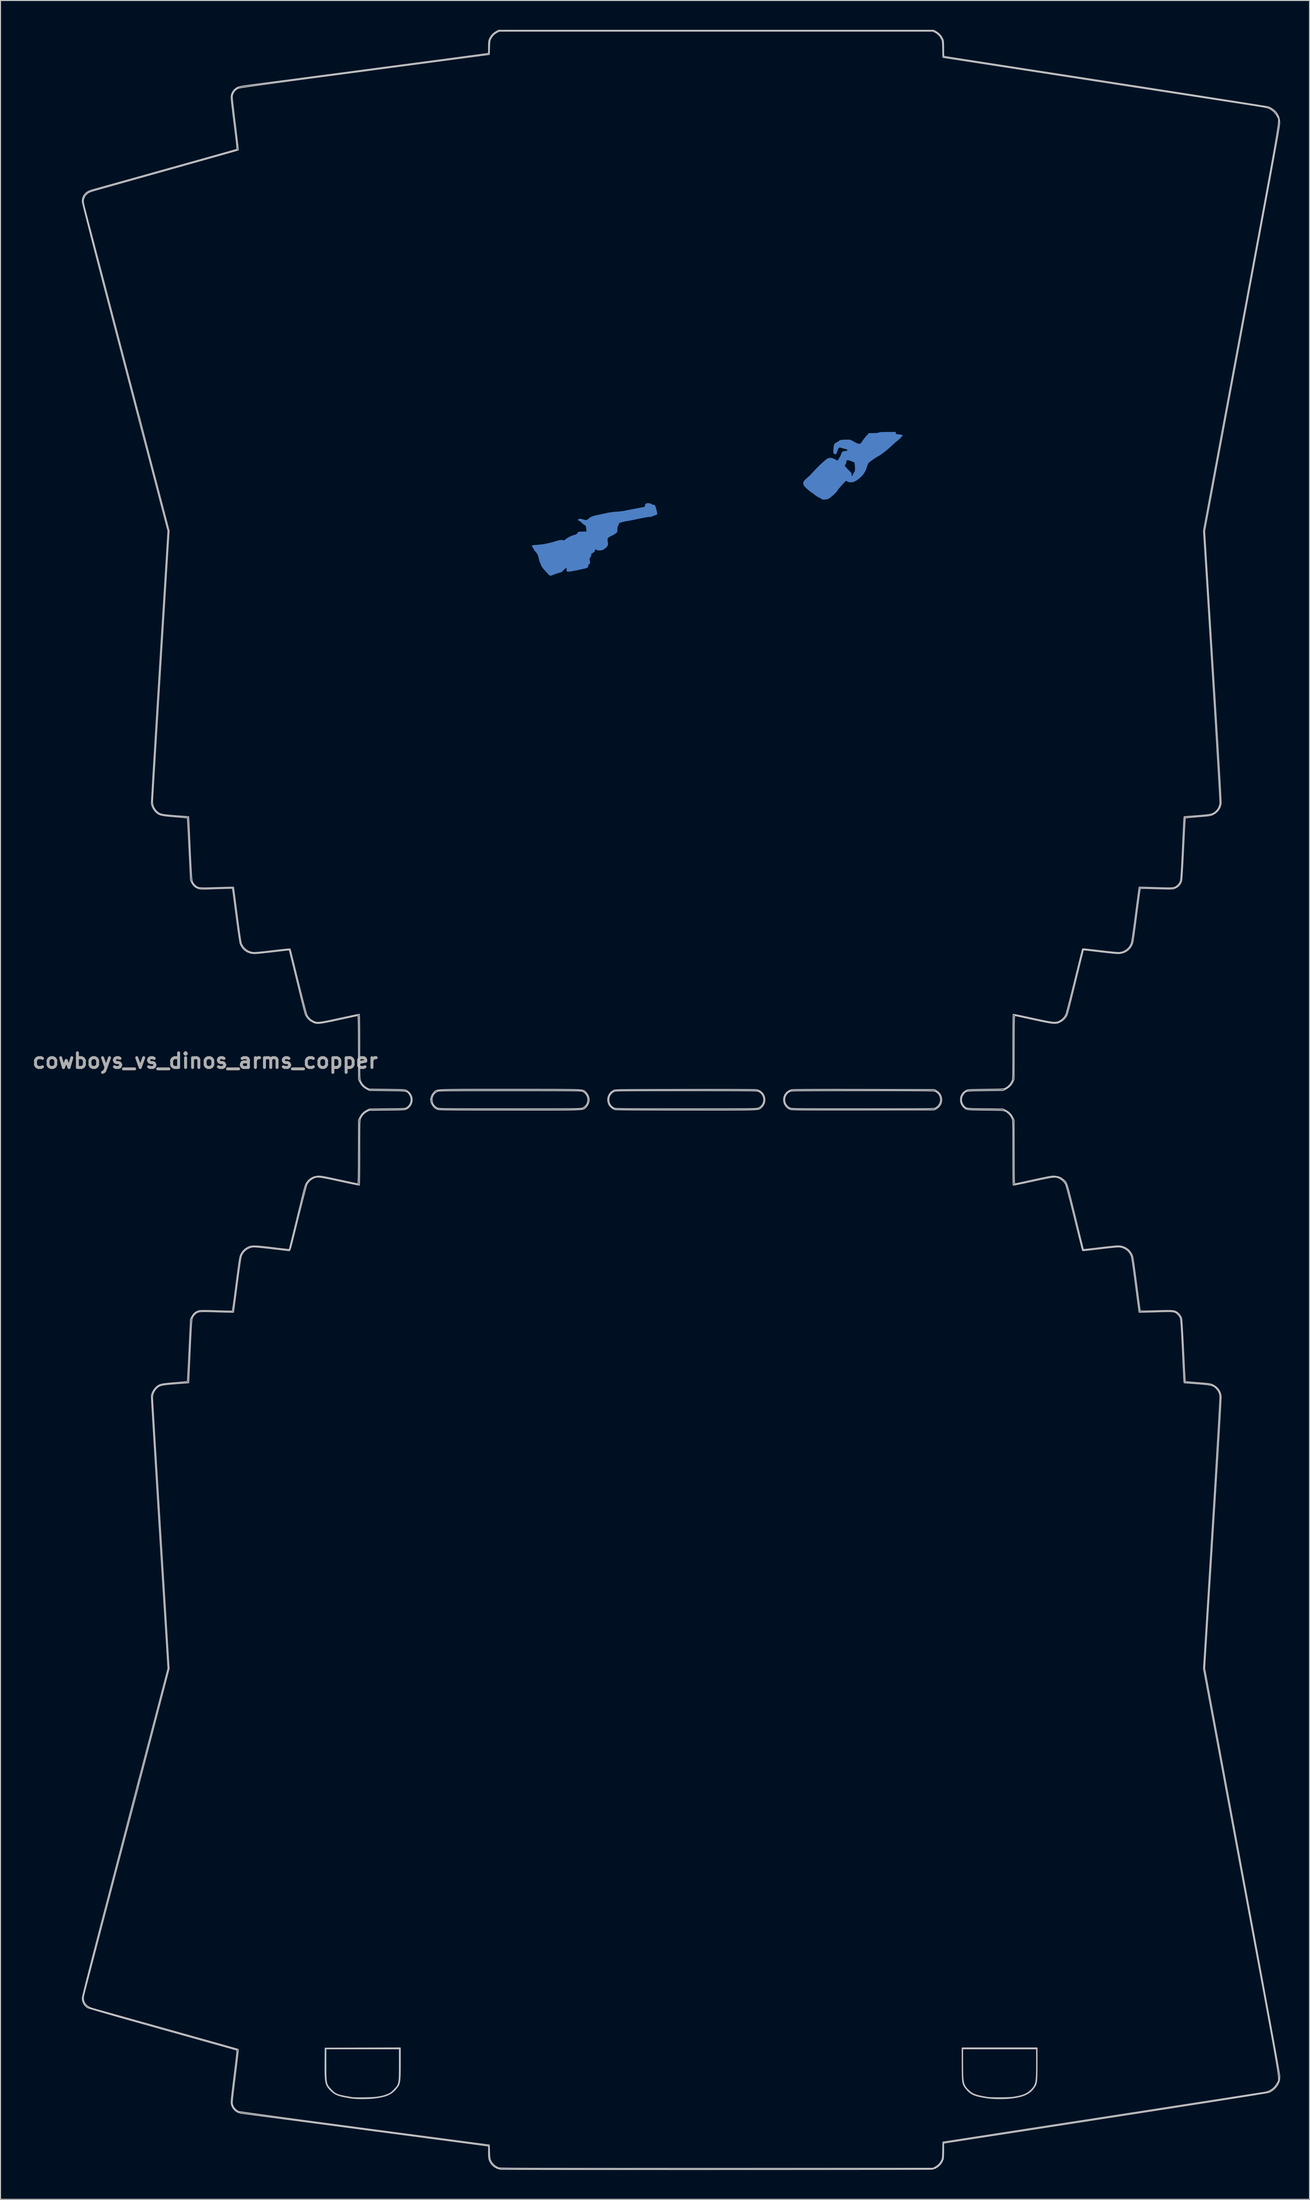
<source format=kicad_pcb>
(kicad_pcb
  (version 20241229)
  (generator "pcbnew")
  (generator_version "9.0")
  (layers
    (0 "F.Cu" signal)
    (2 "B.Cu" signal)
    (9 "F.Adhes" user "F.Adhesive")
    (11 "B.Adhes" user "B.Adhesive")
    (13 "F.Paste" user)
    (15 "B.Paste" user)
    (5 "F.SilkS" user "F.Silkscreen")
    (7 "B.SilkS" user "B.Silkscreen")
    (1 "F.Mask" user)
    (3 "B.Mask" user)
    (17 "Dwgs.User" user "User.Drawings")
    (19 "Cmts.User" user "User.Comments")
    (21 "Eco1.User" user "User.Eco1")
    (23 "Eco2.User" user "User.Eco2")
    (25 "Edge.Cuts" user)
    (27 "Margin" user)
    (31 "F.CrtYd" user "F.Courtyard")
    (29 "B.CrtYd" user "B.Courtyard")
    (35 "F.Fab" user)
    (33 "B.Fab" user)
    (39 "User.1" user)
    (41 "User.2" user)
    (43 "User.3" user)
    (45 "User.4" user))
  (footprint "cowboys_vs_dinos_arms_copper"
    (layer "F.Cu")
    (at 66.643 109.46)
    (property "Reference" "cowboys_vs_dinos_arms_copper" (at -48.7 -4 0) (layer "F.Fab") (effects (font (size 1.5 1.5) (thickness 0.3))))
    (attr board_only exclude_from_pos_files exclude_from_bom)
    (fp_poly (pts (xy -3.207 -61.032) (xy -3.088 -60.988) (xy -3.056 -60.966) (xy -2.937 -60.904) (xy -2.824 -60.882) (xy -2.729 -60.864) (xy -2.658 -60.798) (xy -2.6 -60.672) (xy -2.556 -60.514) (xy -2.517 -60.36) (xy -2.474 -60.186) (xy -2.461 -60.135) (xy -2.433 -59.99) (xy -2.448 -59.899) (xy -2.522 -59.842) (xy -2.666 -59.799) (xy -2.688 -59.794) (xy -2.822 -59.753) (xy -2.929 -59.701) (xy -2.951 -59.684) (xy -3.062 -59.637) (xy -3.125 -59.642) (xy -3.208 -59.643) (xy -3.369 -59.624) (xy -3.603 -59.586) (xy -3.904 -59.531) (xy -4.266 -59.459) (xy -4.683 -59.371) (xy -4.877 -59.328) (xy -5.08 -59.286) (xy -5.281 -59.248) (xy -5.442 -59.222) (xy -5.474 -59.217) (xy -5.655 -59.19) (xy -5.837 -59.151) (xy -6.053 -59.094) (xy -6.177 -59.058) (xy -6.31 -59.003) (xy -6.36 -58.938) (xy -6.361 -58.928) (xy -6.382 -58.842) (xy -6.432 -58.729) (xy -6.443 -58.71) (xy -6.502 -58.549) (xy -6.514 -58.344) (xy -6.514 -58.337) (xy -6.517 -58.185) (xy -6.539 -58.081) (xy -6.555 -58.056) (xy -6.781 -57.877) (xy -7.068 -57.718) (xy -7.152 -57.681) (xy -7.346 -57.586) (xy -7.464 -57.486) (xy -7.517 -57.363) (xy -7.515 -57.199) (xy -7.497 -57.097) (xy -7.469 -56.896) (xy -7.484 -56.754) (xy -7.49 -56.737) (xy -7.57 -56.605) (xy -7.705 -56.464) (xy -7.871 -56.336) (xy -7.995 -56.265) (xy -8.151 -56.216) (xy -8.329 -56.198) (xy -8.498 -56.211) (xy -8.626 -56.253) (xy -8.653 -56.272) (xy -8.735 -56.331) (xy -8.776 -56.318) (xy -8.784 -56.262) (xy -8.822 -56.136) (xy -8.922 -56.016) (xy -9.061 -55.927) (xy -9.064 -55.925) (xy -9.158 -55.874) (xy -9.189 -55.81) (xy -9.185 -55.746) (xy -9.198 -55.619) (xy -9.278 -55.495) (xy -9.348 -55.391) (xy -9.366 -55.309) (xy -9.364 -55.3) (xy -9.342 -55.217) (xy -9.32 -55.092) (xy -9.315 -55.056) (xy -9.308 -54.934) (xy -9.334 -54.862) (xy -9.4 -54.806) (xy -9.481 -54.723) (xy -9.489 -54.638) (xy -9.506 -54.524) (xy -9.607 -54.433) (xy -9.791 -54.365) (xy -9.892 -54.344) (xy -10.08 -54.307) (xy -10.274 -54.263) (xy -10.363 -54.241) (xy -10.524 -54.202) (xy -10.722 -54.161) (xy -10.883 -54.131) (xy -11.066 -54.1) (xy -11.243 -54.069) (xy -11.362 -54.048) (xy -11.499 -54.036) (xy -11.618 -54.047) (xy -11.637 -54.053) (xy -11.702 -54.09) (xy -11.719 -54.153) (xy -11.708 -54.24) (xy -11.695 -54.342) (xy -11.716 -54.384) (xy -11.764 -54.391) (xy -11.837 -54.359) (xy -11.938 -54.274) (xy -12.02 -54.186) (xy -12.134 -54.063) (xy -12.238 -53.989) (xy -12.372 -53.942) (xy -12.446 -53.924) (xy -12.62 -53.877) (xy -12.826 -53.809) (xy -13.011 -53.74) (xy -13.165 -53.679) (xy -13.292 -53.634) (xy -13.367 -53.613) (xy -13.373 -53.613) (xy -13.429 -53.642) (xy -13.521 -53.718) (xy -13.604 -53.799) (xy -13.837 -54.046) (xy -14.015 -54.243) (xy -14.146 -54.4) (xy -14.237 -54.526) (xy -14.296 -54.632) (xy -14.323 -54.7) (xy -14.374 -54.839) (xy -14.428 -54.957) (xy -14.443 -54.984) (xy -14.484 -55.082) (xy -14.523 -55.224) (xy -14.539 -55.309) (xy -14.599 -55.587) (xy -14.692 -55.811) (xy -14.83 -56.01) (xy -14.878 -56.065) (xy -14.973 -56.174) (xy -15.038 -56.26) (xy -15.058 -56.298) (xy -15.081 -56.354) (xy -15.137 -56.45) (xy -15.168 -56.496) (xy -15.23 -56.603) (xy -15.261 -56.684) (xy -15.261 -56.703) (xy -15.213 -56.726) (xy -15.092 -56.747) (xy -14.912 -56.766) (xy -14.752 -56.776) (xy -14.235 -56.827) (xy -13.691 -56.921) (xy -13.163 -57.052) (xy -13.089 -57.074) (xy -12.914 -57.127) (xy -12.749 -57.176) (xy -12.635 -57.211) (xy -12.432 -57.26) (xy -12.25 -57.28) (xy -12.111 -57.271) (xy -12.048 -57.245) (xy -11.996 -57.221) (xy -11.934 -57.245) (xy -11.844 -57.323) (xy -11.68 -57.45) (xy -11.468 -57.577) (xy -11.237 -57.689) (xy -11.019 -57.769) (xy -10.892 -57.798) (xy -10.726 -57.861) (xy -10.597 -57.985) (xy -10.546 -58.082) (xy -10.499 -58.11) (xy -10.377 -58.127) (xy -10.175 -58.134) (xy -10.1 -58.134) (xy -9.671 -58.134) (xy -9.682 -58.243) (xy -9.705 -58.464) (xy -9.727 -58.614) (xy -9.753 -58.707) (xy -9.785 -58.758) (xy -9.829 -58.783) (xy -9.842 -58.787) (xy -9.921 -58.829) (xy -10.032 -58.917) (xy -10.146 -59.024) (xy -10.261 -59.132) (xy -10.364 -59.209) (xy -10.431 -59.238) (xy -10.52 -59.265) (xy -10.543 -59.333) (xy -10.513 -59.391) (xy -10.414 -59.445) (xy -10.257 -59.444) (xy -10.05 -59.388) (xy -10.002 -59.37) (xy -9.818 -59.315) (xy -9.669 -59.322) (xy -9.528 -59.397) (xy -9.433 -59.478) (xy -9.319 -59.572) (xy -9.193 -59.648) (xy -9.037 -59.711) (xy -8.834 -59.77) (xy -8.566 -59.829) (xy -8.494 -59.844) (xy -8.237 -59.897) (xy -7.943 -59.959) (xy -7.662 -60.021) (xy -7.551 -60.047) (xy -7.08 -60.131) (xy -6.609 -60.172) (xy -6.599 -60.173) (xy -6.349 -60.189) (xy -6.079 -60.218) (xy -5.832 -60.255) (xy -5.733 -60.275) (xy -5.522 -60.32) (xy -5.259 -60.373) (xy -4.936 -60.436) (xy -4.545 -60.51) (xy -4.08 -60.597) (xy -3.916 -60.628) (xy -3.788 -60.656) (xy -3.722 -60.69) (xy -3.696 -60.748) (xy -3.69 -60.804) (xy -3.668 -60.924) (xy -3.612 -60.994) (xy -3.503 -61.028) (xy -3.377 -61.039)) (stroke (width 0) (type solid)) (fill yes) (layer "B.Cu"))
    (fp_poly (pts (xy 21.972 -68.221) (xy 21.967 -68.164) (xy 21.993 -68.129) (xy 22.067 -68.108) (xy 22.208 -68.09) (xy 22.216 -68.089) (xy 22.436 -68.061) (xy 22.58 -68.033) (xy 22.656 -68.004) (xy 22.674 -67.977) (xy 22.645 -67.92) (xy 22.569 -67.825) (xy 22.465 -67.712) (xy 22.35 -67.598) (xy 22.244 -67.503) (xy 22.18 -67.455) (xy 22.102 -67.398) (xy 21.978 -67.293) (xy 21.822 -67.156) (xy 21.65 -66.999) (xy 21.6 -66.953) (xy 21.42 -66.787) (xy 21.246 -66.631) (xy 21.095 -66.501) (xy 20.985 -66.412) (xy 20.968 -66.399) (xy 20.824 -66.292) (xy 20.664 -66.168) (xy 20.595 -66.112) (xy 20.438 -65.997) (xy 20.261 -65.886) (xy 20.186 -65.846) (xy 20.024 -65.754) (xy 19.816 -65.62) (xy 19.579 -65.456) (xy 19.334 -65.276) (xy 19.246 -65.209) (xy 19.163 -65.117) (xy 19.092 -64.969) (xy 19.039 -64.807) (xy 18.99 -64.643) (xy 18.943 -64.505) (xy 18.908 -64.42) (xy 18.906 -64.416) (xy 18.858 -64.328) (xy 18.793 -64.206) (xy 18.775 -64.171) (xy 18.654 -63.99) (xy 18.479 -63.791) (xy 18.271 -63.596) (xy 18.054 -63.426) (xy 17.909 -63.335) (xy 17.737 -63.246) (xy 17.6 -63.197) (xy 17.461 -63.178) (xy 17.376 -63.175) (xy 17.182 -63.19) (xy 17.044 -63.238) (xy 17.007 -63.261) (xy 16.888 -63.346) (xy 16.59 -63.025) (xy 16.36 -62.774) (xy 16.187 -62.576) (xy 16.071 -62.431) (xy 16.015 -62.344) (xy 16.01 -62.325) (xy 15.979 -62.268) (xy 15.894 -62.17) (xy 15.771 -62.045) (xy 15.623 -61.907) (xy 15.467 -61.77) (xy 15.317 -61.646) (xy 15.187 -61.549) (xy 15.093 -61.492) (xy 14.961 -61.448) (xy 14.806 -61.416) (xy 14.653 -61.401) (xy 14.528 -61.403) (xy 14.454 -61.424) (xy 14.445 -61.435) (xy 14.402 -61.468) (xy 14.3 -61.526) (xy 14.16 -61.598) (xy 14.128 -61.613) (xy 13.956 -61.705) (xy 13.793 -61.807) (xy 13.675 -61.898) (xy 13.674 -61.9) (xy 13.555 -61.999) (xy 13.44 -62.081) (xy 13.407 -62.1) (xy 13.289 -62.174) (xy 13.141 -62.288) (xy 12.98 -62.424) (xy 12.824 -62.568) (xy 12.688 -62.705) (xy 12.591 -62.818) (xy 12.551 -62.884) (xy 12.508 -63.044) (xy 12.513 -63.174) (xy 12.573 -63.296) (xy 12.696 -63.436) (xy 12.741 -63.48) (xy 12.869 -63.599) (xy 12.984 -63.701) (xy 13.063 -63.765) (xy 13.066 -63.768) (xy 13.129 -63.824) (xy 13.234 -63.93) (xy 13.367 -64.071) (xy 13.514 -64.233) (xy 13.522 -64.242) (xy 13.697 -64.431) (xy 13.899 -64.638) (xy 14.115 -64.852) (xy 14.156 -64.891) (xy 16.756 -64.891) (xy 16.793 -64.821) (xy 16.878 -64.716) (xy 17.017 -64.567) (xy 17.117 -64.464) (xy 17.274 -64.303) (xy 17.378 -64.189) (xy 17.438 -64.108) (xy 17.464 -64.046) (xy 17.466 -63.988) (xy 17.46 -63.956) (xy 17.449 -63.862) (xy 17.478 -63.827) (xy 17.5 -63.825) (xy 17.556 -63.861) (xy 17.568 -63.914) (xy 17.594 -64.001) (xy 17.658 -64.116) (xy 17.692 -64.162) (xy 17.747 -64.238) (xy 17.782 -64.305) (xy 17.8 -64.384) (xy 17.805 -64.499) (xy 17.799 -64.668) (xy 17.795 -64.766) (xy 17.783 -64.95) (xy 17.766 -65.097) (xy 17.747 -65.188) (xy 17.734 -65.209) (xy 17.674 -65.227) (xy 17.568 -65.273) (xy 17.512 -65.301) (xy 17.353 -65.367) (xy 17.185 -65.416) (xy 17.147 -65.424) (xy 17.044 -65.439) (xy 16.981 -65.429) (xy 16.943 -65.378) (xy 16.916 -65.271) (xy 16.894 -65.152) (xy 16.861 -65.039) (xy 16.816 -64.97) (xy 16.805 -64.963) (xy 16.762 -64.935) (xy 16.756 -64.891) (xy 14.156 -64.891) (xy 14.333 -65.06) (xy 14.542 -65.251) (xy 14.728 -65.414) (xy 14.879 -65.537) (xy 14.983 -65.609) (xy 14.984 -65.609) (xy 15.194 -65.681) (xy 15.42 -65.671) (xy 15.667 -65.58) (xy 15.764 -65.526) (xy 15.894 -65.453) (xy 15.992 -65.411) (xy 16.039 -65.406) (xy 16.041 -65.409) (xy 16.071 -65.465) (xy 16.134 -65.569) (xy 16.202 -65.674) (xy 16.287 -65.82) (xy 16.353 -65.962) (xy 16.379 -66.04) (xy 16.448 -66.22) (xy 16.567 -66.331) (xy 16.742 -66.376) (xy 16.792 -66.378) (xy 16.923 -66.385) (xy 16.991 -66.412) (xy 17.017 -66.458) (xy 17.016 -66.508) (xy 16.971 -66.544) (xy 16.864 -66.576) (xy 16.794 -66.592) (xy 16.625 -66.633) (xy 16.461 -66.679) (xy 16.391 -66.702) (xy 16.278 -66.734) (xy 16.207 -66.728) (xy 16.148 -66.687) (xy 16.081 -66.596) (xy 16.034 -66.472) (xy 16.032 -66.464) (xy 15.979 -66.285) (xy 15.912 -66.141) (xy 15.841 -66.052) (xy 15.793 -66.031) (xy 15.711 -66.061) (xy 15.643 -66.117) (xy 15.607 -66.168) (xy 15.587 -66.235) (xy 15.582 -66.337) (xy 15.59 -66.496) (xy 15.597 -66.6) (xy 15.623 -66.839) (xy 15.661 -67.008) (xy 15.721 -67.124) (xy 15.809 -67.204) (xy 15.915 -67.257) (xy 16.051 -67.327) (xy 16.17 -67.412) (xy 16.18 -67.421) (xy 16.234 -67.464) (xy 16.298 -67.494) (xy 16.392 -67.514) (xy 16.532 -67.526) (xy 16.738 -67.536) (xy 16.79 -67.538) (xy 17.007 -67.545) (xy 17.16 -67.545) (xy 17.269 -67.535) (xy 17.357 -67.511) (xy 17.445 -67.471) (xy 17.529 -67.426) (xy 17.758 -67.3) (xy 17.927 -67.213) (xy 18.05 -67.157) (xy 18.142 -67.128) (xy 18.216 -67.119) (xy 18.264 -67.121) (xy 18.389 -67.161) (xy 18.449 -67.221) (xy 18.615 -67.489) (xy 18.831 -67.771) (xy 18.99 -67.952) (xy 19.23 -68.207) (xy 19.716 -68.212) (xy 19.979 -68.219) (xy 20.156 -68.237) (xy 20.249 -68.264) (xy 20.257 -68.271) (xy 20.305 -68.291) (xy 20.407 -68.306) (xy 20.571 -68.317) (xy 20.805 -68.323) (xy 21.117 -68.325) (xy 21.152 -68.325) (xy 21.992 -68.325)) (stroke (width 0) (type solid)) (fill yes) (layer "B.Cu"))
    (fp_poly (pts (xy 36.433 98.582) (xy 36.431 99.054) (xy 36.428 99.449) (xy 36.421 99.776) (xy 36.411 100.043) (xy 36.395 100.259) (xy 36.373 100.434) (xy 36.345 100.576) (xy 36.308 100.695) (xy 36.263 100.799) (xy 36.208 100.897) (xy 36.182 100.938) (xy 35.979 101.213) (xy 35.748 101.443) (xy 35.479 101.634) (xy 35.163 101.79) (xy 34.791 101.915) (xy 34.352 102.015) (xy 33.838 102.094) (xy 33.836 102.094) (xy 33.436 102.132) (xy 32.989 102.153) (xy 32.523 102.156) (xy 32.064 102.144) (xy 31.641 102.114) (xy 31.328 102.077) (xy 30.893 102.005) (xy 30.532 101.933) (xy 30.235 101.857) (xy 29.989 101.771) (xy 29.783 101.673) (xy 29.605 101.558) (xy 29.443 101.422) (xy 29.411 101.392) (xy 29.269 101.242) (xy 29.133 101.081) (xy 29.031 100.944) (xy 29.027 100.938) (xy 28.968 100.839) (xy 28.918 100.739) (xy 28.878 100.627) (xy 28.847 100.496) (xy 28.822 100.336) (xy 28.804 100.137) (xy 28.792 99.892) (xy 28.784 99.591) (xy 28.779 99.225) (xy 28.777 98.786) (xy 28.777 98.582) (xy 28.775 97.057) (xy 28.818 97.057) (xy 28.818 98.568) (xy 28.82 99.061) (xy 28.824 99.477) (xy 28.835 99.825) (xy 28.854 100.115) (xy 28.883 100.355) (xy 28.924 100.555) (xy 28.98 100.725) (xy 29.052 100.873) (xy 29.143 101.01) (xy 29.255 101.144) (xy 29.39 101.284) (xy 29.455 101.348) (xy 29.611 101.486) (xy 29.784 101.603) (xy 29.984 101.702) (xy 30.223 101.79) (xy 30.512 101.868) (xy 30.863 101.942) (xy 31.286 102.015) (xy 31.371 102.029) (xy 31.532 102.045) (xy 31.762 102.057) (xy 32.043 102.065) (xy 32.36 102.069) (xy 32.694 102.069) (xy 33.029 102.064) (xy 33.347 102.056) (xy 33.631 102.044) (xy 33.864 102.028) (xy 33.989 102.015) (xy 34.464 101.936) (xy 34.863 101.838) (xy 35.198 101.717) (xy 35.477 101.568) (xy 35.711 101.389) (xy 35.755 101.348) (xy 35.9 101.202) (xy 36.021 101.066) (xy 36.121 100.932) (xy 36.2 100.79) (xy 36.263 100.631) (xy 36.31 100.444) (xy 36.344 100.222) (xy 36.367 99.955) (xy 36.381 99.633) (xy 36.388 99.246) (xy 36.391 98.787) (xy 36.391 98.568) (xy 36.391 97.057) (xy 32.605 97.057) (xy 28.818 97.057) (xy 28.775 97.057) (xy 28.775 96.97) (xy 32.605 96.97) (xy 36.434 96.97)) (stroke (width 0.1) (type solid)) (fill no) (layer "Dwgs.User"))
    (fp_poly (pts (xy -28.732 98.523) (xy -28.733 99.006) (xy -28.737 99.412) (xy -28.745 99.749) (xy -28.758 100.026) (xy -28.777 100.252) (xy -28.803 100.436) (xy -28.837 100.586) (xy -28.881 100.712) (xy -28.936 100.821) (xy -29.002 100.924) (xy -29.035 100.97) (xy -29.249 101.232) (xy -29.471 101.449) (xy -29.711 101.627) (xy -29.983 101.77) (xy -30.298 101.886) (xy -30.668 101.98) (xy -31.105 102.058) (xy -31.391 102.097) (xy -31.692 102.126) (xy -32.042 102.146) (xy -32.417 102.155) (xy -32.797 102.155) (xy -33.158 102.145) (xy -33.48 102.126) (xy -33.738 102.097) (xy -33.751 102.095) (xy -34.185 102.021) (xy -34.544 101.952) (xy -34.839 101.881) (xy -35.083 101.806) (xy -35.286 101.723) (xy -35.46 101.626) (xy -35.616 101.513) (xy -35.766 101.378) (xy -35.776 101.369) (xy -35.926 101.218) (xy -36.051 101.078) (xy -36.155 100.94) (xy -36.237 100.794) (xy -36.302 100.631) (xy -36.351 100.443) (xy -36.385 100.218) (xy -36.408 99.949) (xy -36.421 99.627) (xy -36.426 99.241) (xy -36.426 98.783) (xy -36.424 98.506) (xy -36.413 97.057) (xy -36.348 97.057) (xy -36.346 98.625) (xy -36.345 99.102) (xy -36.342 99.501) (xy -36.336 99.833) (xy -36.322 100.106) (xy -36.301 100.33) (xy -36.27 100.514) (xy -36.225 100.668) (xy -36.167 100.801) (xy -36.091 100.923) (xy -35.997 101.042) (xy -35.882 101.168) (xy -35.746 101.309) (xy -35.618 101.434) (xy -35.491 101.54) (xy -35.357 101.628) (xy -35.203 101.705) (xy -35.019 101.772) (xy -34.794 101.834) (xy -34.519 101.895) (xy -34.181 101.959) (xy -33.771 102.029) (xy -33.665 102.046) (xy -33.532 102.059) (xy -33.329 102.068) (xy -33.072 102.072) (xy -32.779 102.073) (xy -32.466 102.07) (xy -32.148 102.064) (xy -31.844 102.054) (xy -31.568 102.042) (xy -31.339 102.027) (xy -31.173 102.01) (xy -30.898 101.969) (xy -30.68 101.93) (xy -30.493 101.885) (xy -30.308 101.829) (xy -30.099 101.753) (xy -30.026 101.725) (xy -29.864 101.657) (xy -29.733 101.586) (xy -29.61 101.493) (xy -29.469 101.362) (xy -29.373 101.264) (xy -29.245 101.131) (xy -29.138 101.013) (xy -29.051 100.9) (xy -28.982 100.783) (xy -28.927 100.653) (xy -28.887 100.501) (xy -28.858 100.317) (xy -28.838 100.092) (xy -28.827 99.816) (xy -28.821 99.482) (xy -28.819 99.079) (xy -28.818 98.634) (xy -28.818 97.057) (xy -32.583 97.057) (xy -36.348 97.057) (xy -36.413 97.057) (xy -36.412 96.992) (xy -32.572 96.981) (xy -28.732 96.97)) (stroke (width 0.1) (type solid)) (fill no) (layer "Dwgs.User"))
    (fp_poly (pts (xy 16.506 -1.076) (xy 17.427 -1.075) (xy 18.432 -1.074) (xy 18.716 -1.073) (xy 25.9 -1.06) (xy 26.115 -0.95) (xy 26.351 -0.785) (xy 26.523 -0.575) (xy 26.632 -0.335) (xy 26.678 -0.077) (xy 26.659 0.183) (xy 26.577 0.433) (xy 26.432 0.657) (xy 26.223 0.843) (xy 26.115 0.906) (xy 25.9 1.017) (xy 18.651 1.025) (xy 17.71 1.026) (xy 16.851 1.027) (xy 16.071 1.027) (xy 15.366 1.027) (xy 14.733 1.027) (xy 14.167 1.026) (xy 13.664 1.025) (xy 13.221 1.024) (xy 12.835 1.022) (xy 12.5 1.019) (xy 12.213 1.016) (xy 11.971 1.013) (xy 11.77 1.009) (xy 11.605 1.004) (xy 11.474 0.999) (xy 11.371 0.993) (xy 11.294 0.986) (xy 11.238 0.979) (xy 11.2 0.971) (xy 11.194 0.969) (xy 10.95 0.85) (xy 10.748 0.666) (xy 10.6 0.432) (xy 10.515 0.161) (xy 10.499 -0.023) (xy 10.51 -0.101) (xy 10.607 -0.101) (xy 10.618 0.142) (xy 10.69 0.377) (xy 10.824 0.587) (xy 11.02 0.759) (xy 11.142 0.827) (xy 11.167 0.837) (xy 11.197 0.846) (xy 11.237 0.855) (xy 11.29 0.862) (xy 11.36 0.869) (xy 11.452 0.875) (xy 11.57 0.881) (xy 11.716 0.886) (xy 11.895 0.89) (xy 12.112 0.893) (xy 12.37 0.896) (xy 12.672 0.899) (xy 13.024 0.901) (xy 13.428 0.903) (xy 13.889 0.904) (xy 14.411 0.905) (xy 14.997 0.906) (xy 15.652 0.907) (xy 16.38 0.907) (xy 17.184 0.907) (xy 18.069 0.908) (xy 18.597 0.908) (xy 19.528 0.908) (xy 20.375 0.908) (xy 21.145 0.908) (xy 21.839 0.907) (xy 22.462 0.907) (xy 23.019 0.906) (xy 23.513 0.905) (xy 23.948 0.904) (xy 24.327 0.902) (xy 24.656 0.9) (xy 24.937 0.897) (xy 25.175 0.894) (xy 25.374 0.89) (xy 25.538 0.886) (xy 25.67 0.881) (xy 25.774 0.875) (xy 25.855 0.869) (xy 25.916 0.862) (xy 25.962 0.854) (xy 25.996 0.845) (xy 26.021 0.835) (xy 26.04 0.826) (xy 26.266 0.667) (xy 26.429 0.467) (xy 26.529 0.238) (xy 26.566 -0.005) (xy 26.541 -0.248) (xy 26.454 -0.477) (xy 26.305 -0.679) (xy 26.094 -0.838) (xy 25.996 -0.885) (xy 25.969 -0.893) (xy 25.927 -0.901) (xy 25.868 -0.909) (xy 25.786 -0.915) (xy 25.679 -0.921) (xy 25.543 -0.926) (xy 25.373 -0.931) (xy 25.166 -0.935) (xy 24.918 -0.938) (xy 24.625 -0.941) (xy 24.283 -0.944) (xy 23.888 -0.946) (xy 23.437 -0.948) (xy 22.925 -0.949) (xy 22.35 -0.95) (xy 21.706 -0.951) (xy 20.99 -0.951) (xy 20.198 -0.952) (xy 19.327 -0.952) (xy 18.585 -0.952) (xy 17.648 -0.952) (xy 16.795 -0.952) (xy 16.02 -0.951) (xy 15.32 -0.951) (xy 14.691 -0.95) (xy 14.129 -0.949) (xy 13.631 -0.947) (xy 13.192 -0.945) (xy 12.809 -0.943) (xy 12.478 -0.94) (xy 12.195 -0.937) (xy 11.956 -0.934) (xy 11.757 -0.93) (xy 11.595 -0.925) (xy 11.465 -0.92) (xy 11.364 -0.914) (xy 11.287 -0.907) (xy 11.232 -0.9) (xy 11.194 -0.892) (xy 11.173 -0.885) (xy 10.941 -0.746) (xy 10.769 -0.56) (xy 10.657 -0.34) (xy 10.607 -0.101) (xy 10.51 -0.101) (xy 10.539 -0.31) (xy 10.652 -0.569) (xy 10.829 -0.786) (xy 11.059 -0.949) (xy 11.311 -1.039) (xy 11.373 -1.046) (xy 11.497 -1.052) (xy 11.683 -1.057) (xy 11.935 -1.062) (xy 12.252 -1.066) (xy 12.639 -1.069) (xy 13.096 -1.072) (xy 13.625 -1.074) (xy 14.229 -1.076) (xy 14.909 -1.077) (xy 15.668 -1.077)) (stroke (width 0.1) (type solid)) (fill no) (layer "Dwgs.User"))
    (fp_poly (pts (xy 4.055 -1.075) (xy 4.758 -1.074) (xy 5.382 -1.073) (xy 5.93 -1.071) (xy 6.404 -1.068) (xy 6.806 -1.065) (xy 7.136 -1.061) (xy 7.397 -1.056) (xy 7.59 -1.051) (xy 7.718 -1.045) (xy 7.782 -1.038) (xy 7.784 -1.038) (xy 8.053 -0.931) (xy 8.274 -0.763) (xy 8.44 -0.548) (xy 8.545 -0.299) (xy 8.583 -0.03) (xy 8.549 0.244) (xy 8.458 0.471) (xy 8.362 0.619) (xy 8.249 0.751) (xy 8.188 0.806) (xy 8.151 0.836) (xy 8.117 0.863) (xy 8.082 0.887) (xy 8.043 0.909) (xy 7.995 0.929) (xy 7.935 0.947) (xy 7.859 0.962) (xy 7.761 0.976) (xy 7.64 0.988) (xy 7.49 0.998) (xy 7.308 1.007) (xy 7.09 1.014) (xy 6.831 1.02) (xy 6.528 1.025) (xy 6.177 1.029) (xy 5.774 1.032) (xy 5.315 1.034) (xy 4.795 1.035) (xy 4.212 1.036) (xy 3.56 1.036) (xy 2.837 1.036) (xy 2.037 1.036) (xy 1.158 1.035) (xy 0.523 1.035) (xy -0.467 1.034) (xy -1.392 1.033) (xy -2.249 1.031) (xy -3.037 1.029) (xy -3.755 1.026) (xy -4.399 1.023) (xy -4.969 1.019) (xy -5.464 1.015) (xy -5.88 1.011) (xy -6.218 1.006) (xy -6.474 1.001) (xy -6.648 0.996) (xy -6.737 0.99) (xy -6.747 0.988) (xy -6.994 0.876) (xy -7.211 0.697) (xy -7.374 0.475) (xy -7.477 0.203) (xy -7.499 -0.072) (xy -7.39 -0.072) (xy -7.372 0.173) (xy -7.293 0.405) (xy -7.155 0.611) (xy -6.958 0.776) (xy -6.859 0.828) (xy -6.834 0.838) (xy -6.802 0.847) (xy -6.761 0.856) (xy -6.705 0.863) (xy -6.631 0.87) (xy -6.536 0.876) (xy -6.414 0.881) (xy -6.262 0.886) (xy -6.076 0.89) (xy -5.853 0.894) (xy -5.587 0.897) (xy -5.276 0.899) (xy -4.915 0.901) (xy -4.501 0.903) (xy -4.029 0.904) (xy -3.495 0.905) (xy -2.896 0.906) (xy -2.227 0.907) (xy -1.484 0.907) (xy -0.665 0.908) (xy 0.236 0.908) (xy 0.531 0.908) (xy 1.466 0.908) (xy 2.317 0.908) (xy 3.09 0.907) (xy 3.788 0.907) (xy 4.414 0.906) (xy 4.974 0.905) (xy 5.47 0.904) (xy 5.906 0.902) (xy 6.287 0.9) (xy 6.617 0.897) (xy 6.898 0.894) (xy 7.136 0.89) (xy 7.333 0.886) (xy 7.494 0.881) (xy 7.622 0.876) (xy 7.722 0.87) (xy 7.798 0.864) (xy 7.852 0.856) (xy 7.89 0.848) (xy 7.909 0.841) (xy 8.141 0.703) (xy 8.312 0.518) (xy 8.423 0.299) (xy 8.474 0.06) (xy 8.464 -0.183) (xy 8.394 -0.416) (xy 8.263 -0.626) (xy 8.072 -0.798) (xy 7.909 -0.885) (xy 7.882 -0.893) (xy 7.84 -0.901) (xy 7.78 -0.909) (xy 7.699 -0.915) (xy 7.592 -0.921) (xy 7.456 -0.926) (xy 7.286 -0.931) (xy 7.078 -0.935) (xy 6.83 -0.938) (xy 6.537 -0.941) (xy 6.194 -0.944) (xy 5.799 -0.946) (xy 5.348 -0.947) (xy 4.836 -0.949) (xy 4.259 -0.95) (xy 3.615 -0.95) (xy 2.898 -0.951) (xy 2.105 -0.951) (xy 1.233 -0.951) (xy 0.531 -0.951) (xy -0.395 -0.951) (xy -1.239 -0.951) (xy -2.005 -0.95) (xy -2.696 -0.95) (xy -3.316 -0.949) (xy -3.869 -0.948) (xy -4.359 -0.947) (xy -4.791 -0.945) (xy -5.168 -0.943) (xy -5.494 -0.941) (xy -5.773 -0.938) (xy -6.009 -0.935) (xy -6.206 -0.931) (xy -6.368 -0.926) (xy -6.498 -0.921) (xy -6.602 -0.915) (xy -6.682 -0.909) (xy -6.743 -0.902) (xy -6.789 -0.894) (xy -6.824 -0.885) (xy -6.851 -0.875) (xy -6.861 -0.87) (xy -7.084 -0.727) (xy -7.246 -0.536) (xy -7.348 -0.313) (xy -7.39 -0.072) (xy -7.499 -0.072) (xy -7.5 -0.076) (xy -7.448 -0.348) (xy -7.326 -0.598) (xy -7.139 -0.814) (xy -6.894 -0.978) (xy -6.871 -0.989) (xy -6.842 -0.998) (xy -6.805 -1.007) (xy -6.755 -1.015) (xy -6.688 -1.022) (xy -6.6 -1.028) (xy -6.487 -1.034) (xy -6.346 -1.039) (xy -6.172 -1.044) (xy -5.961 -1.048) (xy -5.71 -1.051) (xy -5.413 -1.054) (xy -5.069 -1.057) (xy -4.671 -1.06) (xy -4.217 -1.062) (xy -3.703 -1.064) (xy -3.124 -1.065) (xy -2.476 -1.067) (xy -1.757 -1.068) (xy -0.96 -1.07) (xy -0.084 -1.071) (xy 0.433 -1.072) (xy 1.464 -1.074) (xy 2.41 -1.075) (xy 3.273 -1.075)) (stroke (width 0.1) (type solid)) (fill no) (layer "Dwgs.User"))
    (fp_poly (pts (xy -19.678 -1.082) (xy -18.854 -1.082) (xy -17.95 -1.082) (xy -17.502 -1.082) (xy -16.566 -1.082) (xy -15.713 -1.082) (xy -14.938 -1.082) (xy -14.238 -1.081) (xy -13.609 -1.081) (xy -13.046 -1.079) (xy -12.546 -1.078) (xy -12.105 -1.075) (xy -11.719 -1.072) (xy -11.383 -1.068) (xy -11.095 -1.063) (xy -10.849 -1.057) (xy -10.642 -1.049) (xy -10.47 -1.04) (xy -10.33 -1.03) (xy -10.216 -1.018) (xy -10.125 -1.004) (xy -10.054 -0.989) (xy -9.998 -0.972) (xy -9.952 -0.952) (xy -9.914 -0.931) (xy -9.88 -0.907) (xy -9.844 -0.881) (xy -9.824 -0.867) (xy -9.697 -0.742) (xy -9.574 -0.563) (xy -9.473 -0.363) (xy -9.413 -0.171) (xy -9.408 -0.145) (xy -9.41 0.112) (xy -9.485 0.372) (xy -9.623 0.611) (xy -9.712 0.714) (xy -9.751 0.755) (xy -9.784 0.793) (xy -9.816 0.827) (xy -9.849 0.857) (xy -9.889 0.885) (xy -9.939 0.909) (xy -10.003 0.931) (xy -10.085 0.951) (xy -10.189 0.967) (xy -10.319 0.982) (xy -10.478 0.994) (xy -10.671 1.005) (xy -10.902 1.013) (xy -11.174 1.02) (xy -11.491 1.026) (xy -11.858 1.03) (xy -12.278 1.033) (xy -12.755 1.035) (xy -13.293 1.037) (xy -13.896 1.037) (xy -14.568 1.037) (xy -15.313 1.037) (xy -16.134 1.036) (xy -17.037 1.036) (xy -17.522 1.035) (xy -18.458 1.035) (xy -19.311 1.034) (xy -20.086 1.034) (xy -20.785 1.033) (xy -21.414 1.031) (xy -21.975 1.03) (xy -22.472 1.028) (xy -22.91 1.026) (xy -23.293 1.023) (xy -23.623 1.02) (xy -23.905 1.017) (xy -24.143 1.013) (xy -24.341 1.008) (xy -24.502 1.003) (xy -24.631 0.998) (xy -24.73 0.991) (xy -24.805 0.984) (xy -24.858 0.977) (xy -24.894 0.968) (xy -24.895 0.968) (xy -25.122 0.857) (xy -25.322 0.679) (xy -25.48 0.457) (xy -25.583 0.209) (xy -25.616 -0.022) (xy -25.604 -0.101) (xy -25.481 -0.101) (xy -25.47 0.142) (xy -25.398 0.377) (xy -25.264 0.587) (xy -25.068 0.759) (xy -24.946 0.827) (xy -24.921 0.837) (xy -24.891 0.846) (xy -24.851 0.855) (xy -24.798 0.862) (xy -24.727 0.869) (xy -24.635 0.875) (xy -24.518 0.881) (xy -24.371 0.886) (xy -24.192 0.89) (xy -23.975 0.893) (xy -23.717 0.896) (xy -23.414 0.899) (xy -23.062 0.901) (xy -22.657 0.903) (xy -22.195 0.904) (xy -21.672 0.905) (xy -21.085 0.906) (xy -20.429 0.907) (xy -19.7 0.907) (xy -18.895 0.907) (xy -18.009 0.908) (xy -17.512 0.908) (xy -16.575 0.908) (xy -15.721 0.908) (xy -14.945 0.907) (xy -14.245 0.907) (xy -13.615 0.906) (xy -13.053 0.905) (xy -12.555 0.904) (xy -12.115 0.902) (xy -11.732 0.9) (xy -11.4 0.897) (xy -11.117 0.894) (xy -10.877 0.89) (xy -10.678 0.886) (xy -10.515 0.882) (xy -10.385 0.876) (xy -10.283 0.87) (xy -10.207 0.864) (xy -10.151 0.857) (xy -10.113 0.849) (xy -10.092 0.841) (xy -9.86 0.703) (xy -9.688 0.518) (xy -9.577 0.299) (xy -9.527 0.06) (xy -9.537 -0.183) (xy -9.607 -0.416) (xy -9.738 -0.626) (xy -9.929 -0.798) (xy -10.092 -0.885) (xy -10.119 -0.893) (xy -10.161 -0.901) (xy -10.22 -0.909) (xy -10.301 -0.915) (xy -10.408 -0.921) (xy -10.545 -0.926) (xy -10.715 -0.931) (xy -10.922 -0.935) (xy -11.17 -0.938) (xy -11.463 -0.941) (xy -11.805 -0.944) (xy -12.2 -0.946) (xy -12.651 -0.948) (xy -13.163 -0.949) (xy -13.738 -0.95) (xy -14.382 -0.951) (xy -15.098 -0.951) (xy -15.89 -0.952) (xy -16.761 -0.952) (xy -17.503 -0.952) (xy -18.44 -0.952) (xy -19.293 -0.952) (xy -20.068 -0.951) (xy -20.768 -0.951) (xy -21.397 -0.95) (xy -21.959 -0.949) (xy -22.457 -0.947) (xy -22.896 -0.945) (xy -23.279 -0.943) (xy -23.61 -0.94) (xy -23.893 -0.937) (xy -24.132 -0.934) (xy -24.331 -0.93) (xy -24.493 -0.925) (xy -24.623 -0.92) (xy -24.724 -0.914) (xy -24.801 -0.907) (xy -24.856 -0.9) (xy -24.894 -0.892) (xy -24.915 -0.885) (xy -25.147 -0.746) (xy -25.319 -0.56) (xy -25.431 -0.34) (xy -25.481 -0.101) (xy -25.604 -0.101) (xy -25.582 -0.247) (xy -25.489 -0.482) (xy -25.352 -0.693) (xy -25.293 -0.758) (xy -25.254 -0.799) (xy -25.221 -0.836) (xy -25.19 -0.87) (xy -25.156 -0.901) (xy -25.116 -0.928) (xy -25.066 -0.953) (xy -25.001 -0.975) (xy -24.919 -0.994) (xy -24.815 -1.011) (xy -24.685 -1.026) (xy -24.525 -1.038) (xy -24.331 -1.048) (xy -24.1 -1.057) (xy -23.827 -1.064) (xy -23.509 -1.07) (xy -23.141 -1.074) (xy -22.72 -1.077) (xy -22.242 -1.08) (xy -21.702 -1.081) (xy -21.098 -1.082) (xy -20.424 -1.082)) (stroke (width 0.1) (type solid)) (fill no) (layer "Dwgs.User"))
    (fp_poly (pts (xy 26.071 -109.296) (xy 26.367 -109.092) (xy 26.608 -108.83) (xy 26.782 -108.523) (xy 26.835 -108.373) (xy 26.848 -108.287) (xy 26.859 -108.132) (xy 26.867 -107.925) (xy 26.871 -107.684) (xy 26.872 -107.497) (xy 26.871 -107.227) (xy 26.873 -107.031) (xy 26.877 -106.897) (xy 26.887 -106.812) (xy 26.904 -106.765) (xy 26.928 -106.742) (xy 26.962 -106.731) (xy 26.968 -106.73) (xy 27.017 -106.722) (xy 27.149 -106.701) (xy 27.361 -106.668) (xy 27.649 -106.623) (xy 28.011 -106.567) (xy 28.444 -106.499) (xy 28.945 -106.422) (xy 29.51 -106.334) (xy 30.138 -106.237) (xy 30.825 -106.131) (xy 31.567 -106.016) (xy 32.363 -105.893) (xy 33.209 -105.762) (xy 34.103 -105.624) (xy 35.04 -105.479) (xy 36.019 -105.328) (xy 37.036 -105.171) (xy 38.089 -105.008) (xy 39.175 -104.84) (xy 40.289 -104.668) (xy 41.431 -104.492) (xy 42.596 -104.312) (xy 43.487 -104.175) (xy 44.669 -103.992) (xy 45.831 -103.813) (xy 46.968 -103.637) (xy 48.078 -103.465) (xy 49.159 -103.298) (xy 50.206 -103.135) (xy 51.218 -102.978) (xy 52.191 -102.827) (xy 53.123 -102.682) (xy 54.009 -102.544) (xy 54.848 -102.413) (xy 55.636 -102.289) (xy 56.37 -102.174) (xy 57.048 -102.068) (xy 57.666 -101.97) (xy 58.222 -101.883) (xy 58.712 -101.805) (xy 59.134 -101.737) (xy 59.484 -101.681) (xy 59.76 -101.636) (xy 59.958 -101.603) (xy 60.076 -101.582) (xy 60.11 -101.575) (xy 60.306 -101.488) (xy 60.519 -101.357) (xy 60.719 -101.205) (xy 60.872 -101.053) (xy 60.89 -101.03) (xy 61.073 -100.755) (xy 61.188 -100.485) (xy 61.249 -100.19) (xy 61.262 -100.021) (xy 61.262 -99.988) (xy 61.262 -99.949) (xy 61.259 -99.903) (xy 61.255 -99.846) (xy 61.247 -99.777) (xy 61.237 -99.693) (xy 61.223 -99.592) (xy 61.205 -99.472) (xy 61.183 -99.33) (xy 61.157 -99.165) (xy 61.125 -98.973) (xy 61.087 -98.753) (xy 61.044 -98.503) (xy 60.994 -98.219) (xy 60.938 -97.901) (xy 60.874 -97.545) (xy 60.803 -97.15) (xy 60.724 -96.713) (xy 60.637 -96.231) (xy 60.54 -95.704) (xy 60.435 -95.127) (xy 60.32 -94.5) (xy 60.194 -93.819) (xy 60.059 -93.083) (xy 59.912 -92.29) (xy 59.755 -91.436) (xy 59.585 -90.52) (xy 59.404 -89.54) (xy 59.21 -88.493) (xy 59.003 -87.377) (xy 58.783 -86.19) (xy 58.549 -84.929) (xy 58.301 -83.593) (xy 58.038 -82.178) (xy 57.76 -80.684) (xy 57.468 -79.106) (xy 57.43 -78.904) (xy 53.581 -58.178) (xy 54.443 -44.331) (xy 54.526 -42.986) (xy 54.605 -41.725) (xy 54.678 -40.545) (xy 54.746 -39.444) (xy 54.809 -38.42) (xy 54.867 -37.47) (xy 54.921 -36.592) (xy 54.97 -35.783) (xy 55.015 -35.041) (xy 55.055 -34.363) (xy 55.092 -33.746) (xy 55.124 -33.19) (xy 55.153 -32.69) (xy 55.178 -32.245) (xy 55.2 -31.852) (xy 55.218 -31.508) (xy 55.233 -31.212) (xy 55.245 -30.96) (xy 55.254 -30.751) (xy 55.261 -30.581) (xy 55.264 -30.449) (xy 55.265 -30.352) (xy 55.264 -30.287) (xy 55.261 -30.255) (xy 55.154 -29.913) (xy 54.975 -29.616) (xy 54.728 -29.371) (xy 54.418 -29.183) (xy 54.409 -29.179) (xy 54.333 -29.147) (xy 54.251 -29.12) (xy 54.151 -29.096) (xy 54.023 -29.075) (xy 53.856 -29.054) (xy 53.638 -29.031) (xy 53.359 -29.006) (xy 53.008 -28.977) (xy 52.892 -28.968) (xy 52.568 -28.941) (xy 52.274 -28.916) (xy 52.019 -28.893) (xy 51.815 -28.874) (xy 51.672 -28.86) (xy 51.601 -28.851) (xy 51.595 -28.849) (xy 51.591 -28.805) (xy 51.583 -28.681) (xy 51.571 -28.484) (xy 51.556 -28.221) (xy 51.539 -27.898) (xy 51.519 -27.524) (xy 51.498 -27.104) (xy 51.475 -26.645) (xy 51.45 -26.154) (xy 51.427 -25.678) (xy 51.401 -25.159) (xy 51.376 -24.661) (xy 51.35 -24.194) (xy 51.326 -23.764) (xy 51.303 -23.379) (xy 51.282 -23.045) (xy 51.263 -22.77) (xy 51.247 -22.56) (xy 51.234 -22.424) (xy 51.225 -22.371) (xy 51.094 -22.097) (xy 50.895 -21.867) (xy 50.643 -21.694) (xy 50.389 -21.599) (xy 50.292 -21.587) (xy 50.117 -21.58) (xy 49.862 -21.579) (xy 49.526 -21.583) (xy 49.107 -21.593) (xy 48.615 -21.607) (xy 48.251 -21.618) (xy 47.915 -21.627) (xy 47.617 -21.632) (xy 47.365 -21.636) (xy 47.171 -21.636) (xy 47.043 -21.633) (xy 46.991 -21.628) (xy 46.991 -21.627) (xy 46.981 -21.58) (xy 46.962 -21.454) (xy 46.934 -21.257) (xy 46.898 -20.997) (xy 46.855 -20.681) (xy 46.806 -20.316) (xy 46.752 -19.91) (xy 46.695 -19.471) (xy 46.635 -19.005) (xy 46.63 -18.965) (xy 46.568 -18.49) (xy 46.508 -18.035) (xy 46.451 -17.608) (xy 46.397 -17.217) (xy 46.349 -16.871) (xy 46.307 -16.578) (xy 46.272 -16.345) (xy 46.245 -16.182) (xy 46.228 -16.097) (xy 46.228 -16.097) (xy 46.098 -15.767) (xy 45.9 -15.484) (xy 45.646 -15.256) (xy 45.346 -15.09) (xy 45.009 -14.994) (xy 44.756 -14.973) (xy 44.642 -14.978) (xy 44.454 -14.992) (xy 44.204 -15.015) (xy 43.903 -15.045) (xy 43.564 -15.081) (xy 43.198 -15.122) (xy 42.818 -15.167) (xy 42.813 -15.167) (xy 42.448 -15.211) (xy 42.111 -15.25) (xy 41.811 -15.284) (xy 41.558 -15.313) (xy 41.361 -15.334) (xy 41.23 -15.347) (xy 41.174 -15.351) (xy 41.172 -15.351) (xy 41.161 -15.308) (xy 41.131 -15.189) (xy 41.084 -15.001) (xy 41.022 -14.754) (xy 40.948 -14.453) (xy 40.863 -14.109) (xy 40.769 -13.727) (xy 40.668 -13.317) (xy 40.634 -13.176) (xy 40.46 -12.468) (xy 40.306 -11.839) (xy 40.169 -11.284) (xy 40.05 -10.798) (xy 39.945 -10.377) (xy 39.855 -10.016) (xy 39.778 -9.709) (xy 39.712 -9.452) (xy 39.657 -9.24) (xy 39.611 -9.068) (xy 39.573 -8.931) (xy 39.541 -8.824) (xy 39.515 -8.742) (xy 39.493 -8.68) (xy 39.474 -8.634) (xy 39.462 -8.61) (xy 39.296 -8.368) (xy 39.065 -8.149) (xy 38.791 -7.975) (xy 38.756 -7.958) (xy 38.65 -7.911) (xy 38.547 -7.874) (xy 38.439 -7.849) (xy 38.317 -7.835) (xy 38.174 -7.835) (xy 38.002 -7.848) (xy 37.792 -7.876) (xy 37.535 -7.919) (xy 37.225 -7.979) (xy 36.852 -8.055) (xy 36.408 -8.149) (xy 36.061 -8.224) (xy 35.675 -8.307) (xy 35.314 -8.386) (xy 34.987 -8.457) (xy 34.702 -8.52) (xy 34.47 -8.571) (xy 34.298 -8.609) (xy 34.197 -8.632) (xy 34.174 -8.637) (xy 34.161 -8.638) (xy 34.148 -8.625) (xy 34.138 -8.595) (xy 34.129 -8.541) (xy 34.121 -8.458) (xy 34.115 -8.34) (xy 34.11 -8.182) (xy 34.105 -7.977) (xy 34.101 -7.72) (xy 34.098 -7.406) (xy 34.095 -7.028) (xy 34.093 -6.582) (xy 34.091 -6.061) (xy 34.088 -5.46) (xy 34.088 -5.379) (xy 34.076 -2.099) (xy 33.951 -1.828) (xy 33.766 -1.53) (xy 33.514 -1.282) (xy 33.199 -1.09) (xy 33.196 -1.089) (xy 32.951 -0.974) (xy 31.133 -0.952) (xy 30.67 -0.946) (xy 30.286 -0.941) (xy 29.971 -0.935) (xy 29.718 -0.926) (xy 29.518 -0.913) (xy 29.363 -0.896) (xy 29.245 -0.873) (xy 29.155 -0.843) (xy 29.086 -0.805) (xy 29.028 -0.756) (xy 28.974 -0.697) (xy 28.915 -0.626) (xy 28.915 -0.626) (xy 28.768 -0.384) (xy 28.699 -0.121) (xy 28.709 0.147) (xy 28.798 0.406) (xy 28.915 0.583) (xy 28.974 0.654) (xy 29.028 0.713) (xy 29.085 0.761) (xy 29.155 0.8) (xy 29.244 0.83) (xy 29.362 0.853) (xy 29.517 0.87) (xy 29.716 0.882) (xy 29.969 0.891) (xy 30.284 0.898) (xy 30.668 0.903) (xy 31.13 0.909) (xy 31.134 0.909) (xy 32.953 0.93) (xy 33.239 1.071) (xy 33.542 1.263) (xy 33.781 1.51) (xy 33.962 1.812) (xy 34.076 2.055) (xy 34.088 5.336) (xy 34.09 5.947) (xy 34.093 6.478) (xy 34.095 6.933) (xy 34.098 7.319) (xy 34.101 7.641) (xy 34.105 7.904) (xy 34.109 8.115) (xy 34.114 8.28) (xy 34.121 8.402) (xy 34.128 8.489) (xy 34.137 8.547) (xy 34.147 8.58) (xy 34.159 8.594) (xy 34.173 8.595) (xy 34.174 8.595) (xy 34.231 8.581) (xy 34.364 8.552) (xy 34.563 8.508) (xy 34.819 8.452) (xy 35.124 8.385) (xy 35.468 8.31) (xy 35.842 8.229) (xy 36.088 8.176) (xy 36.54 8.079) (xy 36.917 7.999) (xy 37.226 7.935) (xy 37.478 7.885) (xy 37.68 7.848) (xy 37.842 7.822) (xy 37.972 7.805) (xy 38.078 7.797) (xy 38.171 7.796) (xy 38.251 7.799) (xy 38.601 7.857) (xy 38.909 7.99) (xy 39.183 8.201) (xy 39.203 8.221) (xy 39.25 8.267) (xy 39.292 8.308) (xy 39.33 8.349) (xy 39.365 8.394) (xy 39.4 8.449) (xy 39.436 8.519) (xy 39.473 8.609) (xy 39.514 8.723) (xy 39.56 8.866) (xy 39.612 9.043) (xy 39.672 9.26) (xy 39.74 9.52) (xy 39.82 9.829) (xy 39.911 10.192) (xy 40.016 10.614) (xy 40.135 11.099) (xy 40.271 11.652) (xy 40.425 12.278) (xy 40.597 12.983) (xy 40.634 13.133) (xy 40.736 13.551) (xy 40.832 13.943) (xy 40.921 14.301) (xy 40.999 14.616) (xy 41.065 14.882) (xy 41.117 15.091) (xy 41.152 15.233) (xy 41.17 15.302) (xy 41.172 15.308) (xy 41.216 15.305) (xy 41.335 15.294) (xy 41.522 15.274) (xy 41.767 15.246) (xy 42.06 15.213) (xy 42.392 15.174) (xy 42.754 15.131) (xy 42.813 15.124) (xy 43.193 15.079) (xy 43.558 15.038) (xy 43.896 15.002) (xy 44.195 14.972) (xy 44.444 14.949) (xy 44.63 14.934) (xy 44.742 14.928) (xy 44.744 14.928) (xy 45.099 14.969) (xy 45.427 15.084) (xy 45.716 15.267) (xy 45.955 15.509) (xy 46.136 15.802) (xy 46.23 16.066) (xy 46.247 16.157) (xy 46.275 16.325) (xy 46.31 16.563) (xy 46.353 16.861) (xy 46.403 17.212) (xy 46.456 17.606) (xy 46.514 18.035) (xy 46.574 18.492) (xy 46.633 18.944) (xy 46.693 19.409) (xy 46.75 19.849) (xy 46.804 20.256) (xy 46.853 20.623) (xy 46.896 20.941) (xy 46.932 21.204) (xy 46.961 21.404) (xy 46.981 21.533) (xy 46.991 21.585) (xy 46.991 21.585) (xy 47.038 21.591) (xy 47.162 21.594) (xy 47.352 21.594) (xy 47.601 21.592) (xy 47.897 21.586) (xy 48.231 21.578) (xy 48.593 21.568) (xy 48.615 21.567) (xy 49.066 21.554) (xy 49.44 21.544) (xy 49.745 21.539) (xy 49.991 21.54) (xy 50.188 21.547) (xy 50.343 21.561) (xy 50.467 21.583) (xy 50.568 21.613) (xy 50.655 21.653) (xy 50.738 21.702) (xy 50.796 21.741) (xy 51 21.929) (xy 51.159 22.17) (xy 51.225 22.328) (xy 51.235 22.396) (xy 51.249 22.544) (xy 51.266 22.764) (xy 51.285 23.051) (xy 51.307 23.397) (xy 51.33 23.795) (xy 51.355 24.238) (xy 51.381 24.721) (xy 51.407 25.235) (xy 51.427 25.635) (xy 51.452 26.149) (xy 51.477 26.638) (xy 51.5 27.094) (xy 51.521 27.511) (xy 51.541 27.882) (xy 51.558 28.2) (xy 51.573 28.459) (xy 51.584 28.651) (xy 51.593 28.769) (xy 51.597 28.808) (xy 51.643 28.815) (xy 51.763 28.828) (xy 51.946 28.846) (xy 52.179 28.866) (xy 52.45 28.888) (xy 52.667 28.906) (xy 53.066 28.937) (xy 53.389 28.963) (xy 53.646 28.986) (xy 53.848 29.006) (xy 54.003 29.025) (xy 54.123 29.045) (xy 54.217 29.066) (xy 54.296 29.09) (xy 54.369 29.12) (xy 54.421 29.142) (xy 54.726 29.325) (xy 54.972 29.569) (xy 55.152 29.864) (xy 55.26 30.205) (xy 55.261 30.211) (xy 55.264 30.249) (xy 55.265 30.316) (xy 55.264 30.417) (xy 55.26 30.552) (xy 55.254 30.725) (xy 55.244 30.938) (xy 55.232 31.194) (xy 55.217 31.494) (xy 55.198 31.842) (xy 55.176 32.24) (xy 55.151 32.69) (xy 55.122 33.195) (xy 55.089 33.757) (xy 55.052 34.379) (xy 55.011 35.062) (xy 54.966 35.811) (xy 54.916 36.626) (xy 54.862 37.511) (xy 54.803 38.467) (xy 54.74 39.498) (xy 54.671 40.606) (xy 54.598 41.793) (xy 54.519 43.062) (xy 54.443 44.288) (xy 53.581 58.134) (xy 57.426 78.846) (xy 57.738 80.526) (xy 58.034 82.123) (xy 58.315 83.638) (xy 58.581 85.073) (xy 58.833 86.429) (xy 59.07 87.709) (xy 59.292 88.914) (xy 59.502 90.046) (xy 59.697 91.106) (xy 59.88 92.097) (xy 60.049 93.019) (xy 60.207 93.874) (xy 60.352 94.665) (xy 60.485 95.393) (xy 60.606 96.059) (xy 60.716 96.665) (xy 60.816 97.213) (xy 60.904 97.705) (xy 60.982 98.142) (xy 61.05 98.526) (xy 61.109 98.859) (xy 61.157 99.142) (xy 61.197 99.377) (xy 61.228 99.565) (xy 61.251 99.709) (xy 61.265 99.811) (xy 61.271 99.87) (xy 61.272 99.881) (xy 61.262 100.077) (xy 61.236 100.273) (xy 61.203 100.417) (xy 61.061 100.728) (xy 60.851 101.017) (xy 60.59 101.265) (xy 60.297 101.453) (xy 60.165 101.51) (xy 60.117 101.522) (xy 60.011 101.542) (xy 59.846 101.572) (xy 59.621 101.61) (xy 59.335 101.658) (xy 58.987 101.715) (xy 58.577 101.781) (xy 58.103 101.857) (xy 57.564 101.943) (xy 56.959 102.039) (xy 56.288 102.145) (xy 55.549 102.262) (xy 54.742 102.388) (xy 53.865 102.526) (xy 52.917 102.674) (xy 51.898 102.832) (xy 50.806 103.002) (xy 49.641 103.183) (xy 48.401 103.376) (xy 47.086 103.58) (xy 45.695 103.795) (xy 44.226 104.022) (xy 42.679 104.261) (xy 41.053 104.513) (xy 39.347 104.776) (xy 37.559 105.052) (xy 35.689 105.341) (xy 33.736 105.642) (xy 31.699 105.956) (xy 30.744 106.103) (xy 30.191 106.188) (xy 29.661 106.27) (xy 29.161 106.347) (xy 28.696 106.419) (xy 28.273 106.485) (xy 27.899 106.543) (xy 27.581 106.593) (xy 27.324 106.634) (xy 27.135 106.664) (xy 27.021 106.682) (xy 26.989 106.688) (xy 26.87 106.713) (xy 26.872 107.456) (xy 26.871 107.711) (xy 26.865 107.944) (xy 26.856 108.138) (xy 26.845 108.276) (xy 26.835 108.33) (xy 26.705 108.635) (xy 26.515 108.903) (xy 26.277 109.122) (xy 26.006 109.28) (xy 25.714 109.366) (xy 25.667 109.372) (xy 25.606 109.374) (xy 25.462 109.376) (xy 25.238 109.377) (xy 24.937 109.379) (xy 24.563 109.381) (xy 24.118 109.382) (xy 23.605 109.384) (xy 23.028 109.386) (xy 22.39 109.387) (xy 21.694 109.388) (xy 20.943 109.39) (xy 20.14 109.391) (xy 19.289 109.392) (xy 18.393 109.393) (xy 17.454 109.394) (xy 16.476 109.395) (xy 15.463 109.396) (xy 14.416 109.397) (xy 13.341 109.398) (xy 12.238 109.398) (xy 11.113 109.399) (xy 9.967 109.4) (xy 8.804 109.4) (xy 7.628 109.4) (xy 6.441 109.401) (xy 5.246 109.401) (xy 4.047 109.401) (xy 2.847 109.402) (xy 1.649 109.402) (xy 0.456 109.402) (xy -0.728 109.402) (xy -1.902 109.401) (xy -3.06 109.401) (xy -4.201 109.401) (xy -5.321 109.401) (xy -6.417 109.4) (xy -7.486 109.4) (xy -8.524 109.399) (xy -9.529 109.399) (xy -10.497 109.398) (xy -11.426 109.397) (xy -12.311 109.396) (xy -13.15 109.395) (xy -13.94 109.394) (xy -14.677 109.393) (xy -15.359 109.392) (xy -15.982 109.391) (xy -16.543 109.389) (xy -17.039 109.388) (xy -17.467 109.386) (xy -17.824 109.385) (xy -18.106 109.383) (xy -18.31 109.381) (xy -18.433 109.38) (xy -18.471 109.378) (xy -18.792 109.292) (xy -19.085 109.135) (xy -19.33 108.92) (xy -19.418 108.81) (xy -19.522 108.651) (xy -19.596 108.502) (xy -19.646 108.343) (xy -19.675 108.156) (xy -19.689 107.92) (xy -19.691 107.631) (xy -19.687 107.016) (xy -19.807 106.991) (xy -19.875 106.981) (xy -20.018 106.96) (xy -20.229 106.931) (xy -20.496 106.894) (xy -20.81 106.851) (xy -21.161 106.804) (xy -21.54 106.753) (xy -21.722 106.729) (xy -21.931 106.702) (xy -22.22 106.663) (xy -22.587 106.615) (xy -23.025 106.557) (xy -23.531 106.49) (xy -24.1 106.415) (xy -24.728 106.332) (xy -25.409 106.241) (xy -26.14 106.145) (xy -26.915 106.042) (xy -27.731 105.934) (xy -28.582 105.821) (xy -29.464 105.705) (xy -30.372 105.584) (xy -31.302 105.461) (xy -32.25 105.336) (xy -33.211 105.209) (xy -33.989 105.105) (xy -34.936 104.98) (xy -35.863 104.857) (xy -36.765 104.738) (xy -37.64 104.622) (xy -38.484 104.51) (xy -39.292 104.404) (xy -40.06 104.302) (xy -40.786 104.206) (xy -41.464 104.116) (xy -42.092 104.033) (xy -42.665 103.957) (xy -43.179 103.889) (xy -43.631 103.829) (xy -44.017 103.778) (xy -44.333 103.736) (xy -44.575 103.704) (xy -44.739 103.683) (xy -44.821 103.672) (xy -44.824 103.671) (xy -45.085 103.63) (xy -45.283 103.577) (xy -45.444 103.503) (xy -45.593 103.398) (xy -45.659 103.341) (xy -45.855 103.11) (xy -45.984 102.842) (xy -46.037 102.555) (xy -46.037 102.509) (xy -46.032 102.423) (xy -46.016 102.259) (xy -45.992 102.027) (xy -45.959 101.734) (xy -45.92 101.389) (xy -45.874 101.001) (xy -45.824 100.577) (xy -45.769 100.127) (xy -45.721 99.739) (xy -45.655 99.207) (xy -45.599 98.754) (xy -45.554 98.374) (xy -45.517 98.06) (xy -45.488 97.807) (xy -45.468 97.608) (xy -45.455 97.455) (xy -45.449 97.344) (xy -45.448 97.267) (xy -45.454 97.219) (xy -45.464 97.191) (xy -45.478 97.18) (xy -45.526 97.165) (xy -45.654 97.129) (xy -45.857 97.071) (xy -46.13 96.994) (xy -46.47 96.898) (xy -46.872 96.785) (xy -47.332 96.655) (xy -47.847 96.511) (xy -48.411 96.353) (xy -49.02 96.182) (xy -49.671 95.999) (xy -50.359 95.806) (xy -51.079 95.604) (xy -51.829 95.394) (xy -52.603 95.178) (xy -53.075 95.046) (xy -54.128 94.751) (xy -55.098 94.478) (xy -55.988 94.228) (xy -56.797 94) (xy -57.528 93.793) (xy -58.18 93.607) (xy -58.757 93.442) (xy -59.258 93.298) (xy -59.685 93.173) (xy -60.04 93.068) (xy -60.322 92.983) (xy -60.534 92.917) (xy -60.677 92.87) (xy -60.751 92.841) (xy -60.76 92.836) (xy -60.989 92.637) (xy -61.154 92.386) (xy -61.249 92.097) (xy -61.27 91.888) (xy -61.261 91.83) (xy -61.235 91.704) (xy -61.19 91.511) (xy -61.127 91.25) (xy -61.045 90.919) (xy -60.945 90.517) (xy -60.825 90.043) (xy -60.686 89.496) (xy -60.527 88.875) (xy -60.348 88.18) (xy -60.149 87.408) (xy -59.929 86.559) (xy -59.688 85.633) (xy -59.427 84.626) (xy -59.144 83.54) (xy -58.839 82.373) (xy -58.512 81.123) (xy -58.442 80.854) (xy -58.194 79.906) (xy -57.952 78.979) (xy -57.716 78.076) (xy -57.487 77.201) (xy -57.267 76.358) (xy -57.055 75.55) (xy -56.854 74.78) (xy -56.664 74.053) (xy -56.486 73.371) (xy -56.321 72.739) (xy -56.169 72.16) (xy -56.033 71.638) (xy -55.912 71.175) (xy -55.808 70.776) (xy -55.721 70.445) (xy -55.653 70.184) (xy -55.604 69.997) (xy -55.576 69.888) (xy -55.569 69.861) (xy -55.538 69.742) (xy -55.492 69.568) (xy -55.439 69.37) (xy -55.414 69.277) (xy -55.389 69.184) (xy -55.344 69.012) (xy -55.279 68.768) (xy -55.197 68.457) (xy -55.099 68.084) (xy -54.987 67.654) (xy -54.861 67.174) (xy -54.723 66.648) (xy -54.574 66.083) (xy -54.417 65.483) (xy -54.252 64.854) (xy -54.081 64.201) (xy -53.905 63.531) (xy -53.901 63.513) (xy -52.499 58.16) (xy -53.359 44.3) (xy -53.427 43.21) (xy -53.493 42.14) (xy -53.557 41.096) (xy -53.619 40.079) (xy -53.679 39.094) (xy -53.737 38.143) (xy -53.793 37.23) (xy -53.845 36.358) (xy -53.895 35.531) (xy -53.942 34.751) (xy -53.985 34.022) (xy -54.025 33.347) (xy -54.061 32.73) (xy -54.094 32.174) (xy -54.122 31.682) (xy -54.146 31.257) (xy -54.165 30.903) (xy -54.18 30.623) (xy -54.19 30.42) (xy -54.195 30.297) (xy -54.195 30.259) (xy -54.138 30.043) (xy -54.032 29.807) (xy -53.894 29.584) (xy -53.742 29.408) (xy -53.735 29.401) (xy -53.627 29.308) (xy -53.523 29.231) (xy -53.413 29.168) (xy -53.286 29.117) (xy -53.132 29.075) (xy -52.939 29.04) (xy -52.696 29.008) (xy -52.394 28.977) (xy -52.022 28.944) (xy -51.815 28.927) (xy -51.491 28.9) (xy -51.196 28.874) (xy -50.94 28.852) (xy -50.735 28.832) (xy -50.591 28.817) (xy -50.519 28.807) (xy -50.513 28.806) (xy -50.509 28.761) (xy -50.5 28.636) (xy -50.488 28.439) (xy -50.474 28.176) (xy -50.456 27.853) (xy -50.437 27.478) (xy -50.415 27.057) (xy -50.392 26.598) (xy -50.368 26.106) (xy -50.344 25.613) (xy -50.192 22.436) (xy -50.052 22.158) (xy -49.878 21.896) (xy -49.653 21.701) (xy -49.384 21.579) (xy -49.297 21.558) (xy -49.182 21.546) (xy -48.982 21.54) (xy -48.696 21.54) (xy -48.327 21.545) (xy -47.874 21.556) (xy -47.511 21.568) (xy -47.15 21.579) (xy -46.817 21.588) (xy -46.521 21.595) (xy -46.272 21.599) (xy -46.08 21.601) (xy -45.955 21.6) (xy -45.907 21.595) (xy -45.907 21.595) (xy -45.897 21.549) (xy -45.878 21.424) (xy -45.849 21.228) (xy -45.812 20.968) (xy -45.769 20.652) (xy -45.719 20.285) (xy -45.665 19.877) (xy -45.606 19.433) (xy -45.545 18.962) (xy -45.527 18.823) (xy -45.455 18.265) (xy -45.392 17.787) (xy -45.338 17.38) (xy -45.292 17.039) (xy -45.252 16.757) (xy -45.218 16.526) (xy -45.188 16.341) (xy -45.162 16.194) (xy -45.137 16.078) (xy -45.114 15.986) (xy -45.091 15.913) (xy -45.066 15.85) (xy -45.048 15.809) (xy -44.862 15.507) (xy -44.613 15.255) (xy -44.318 15.067) (xy -44.309 15.063) (xy -44.202 15.018) (xy -44.089 14.983) (xy -43.961 14.959) (xy -43.811 14.945) (xy -43.629 14.942) (xy -43.408 14.949) (xy -43.138 14.968) (xy -42.811 14.999) (xy -42.42 15.04) (xy -41.954 15.094) (xy -41.737 15.12) (xy -41.371 15.163) (xy -41.033 15.203) (xy -40.732 15.238) (xy -40.478 15.266) (xy -40.28 15.288) (xy -40.147 15.302) (xy -40.09 15.306) (xy -40.088 15.306) (xy -40.077 15.263) (xy -40.047 15.144) (xy -40 14.956) (xy -39.938 14.706) (xy -39.863 14.401) (xy -39.776 14.05) (xy -39.68 13.66) (xy -39.576 13.237) (xy -39.487 12.873) (xy -39.37 12.397) (xy -39.253 11.919) (xy -39.138 11.452) (xy -39.029 11.008) (xy -38.927 10.596) (xy -38.837 10.229) (xy -38.761 9.918) (xy -38.701 9.674) (xy -38.679 9.587) (xy -38.595 9.259) (xy -38.515 8.977) (xy -38.444 8.751) (xy -38.384 8.592) (xy -38.356 8.537) (xy -38.139 8.242) (xy -37.876 8.021) (xy -37.569 7.874) (xy -37.221 7.802) (xy -37.17 7.799) (xy -37.082 7.795) (xy -36.989 7.798) (xy -36.881 7.806) (xy -36.748 7.823) (xy -36.584 7.85) (xy -36.377 7.888) (xy -36.121 7.939) (xy -35.806 8.004) (xy -35.423 8.086) (xy -35.006 8.175) (xy -34.617 8.259) (xy -34.253 8.338) (xy -33.923 8.409) (xy -33.635 8.472) (xy -33.399 8.524) (xy -33.224 8.563) (xy -33.119 8.587) (xy -33.093 8.593) (xy -33.079 8.594) (xy -33.067 8.581) (xy -33.056 8.551) (xy -33.047 8.498) (xy -33.04 8.415) (xy -33.033 8.297) (xy -33.028 8.139) (xy -33.023 7.934) (xy -33.02 7.677) (xy -33.016 7.363) (xy -33.014 6.986) (xy -33.011 6.54) (xy -33.009 6.019) (xy -33.006 5.419) (xy -33.006 5.335) (xy -32.994 2.053) (xy -32.853 1.767) (xy -32.662 1.465) (xy -32.415 1.225) (xy -32.112 1.044) (xy -31.869 0.93) (xy -30.052 0.909) (xy -29.606 0.903) (xy -29.239 0.898) (xy -28.941 0.893) (xy -28.705 0.887) (xy -28.522 0.88) (xy -28.384 0.872) (xy -28.282 0.861) (xy -28.208 0.848) (xy -28.153 0.833) (xy -28.11 0.813) (xy -28.083 0.798) (xy -27.872 0.629) (xy -27.721 0.413) (xy -27.635 0.168) (xy -27.616 -0.089) (xy -27.669 -0.342) (xy -27.796 -0.573) (xy -27.859 -0.656) (xy -27.916 -0.726) (xy -27.975 -0.782) (xy -28.045 -0.827) (xy -28.133 -0.863) (xy -28.249 -0.889) (xy -28.4 -0.909) (xy -28.595 -0.923) (xy -28.841 -0.933) (xy -29.148 -0.94) (xy -29.524 -0.946) (xy -29.977 -0.951) (xy -30.052 -0.952) (xy -31.869 -0.974) (xy -32.112 -1.088) (xy -32.422 -1.274) (xy -32.668 -1.515) (xy -32.853 -1.81) (xy -32.994 -2.097) (xy -33.006 -5.378) (xy -33.009 -5.99) (xy -33.011 -6.52) (xy -33.013 -6.976) (xy -33.016 -7.361) (xy -33.019 -7.683) (xy -33.023 -7.947) (xy -33.027 -8.158) (xy -33.032 -8.322) (xy -33.039 -8.445) (xy -33.046 -8.532) (xy -33.055 -8.589) (xy -33.065 -8.622) (xy -33.077 -8.636) (xy -33.091 -8.637) (xy -33.093 -8.637) (xy -33.15 -8.623) (xy -33.282 -8.593) (xy -33.481 -8.549) (xy -33.737 -8.493) (xy -34.041 -8.426) (xy -34.384 -8.352) (xy -34.757 -8.271) (xy -34.978 -8.223) (xy -35.476 -8.116) (xy -35.897 -8.028) (xy -36.251 -7.957) (xy -36.544 -7.903) (xy -36.786 -7.865) (xy -36.984 -7.842) (xy -37.146 -7.833) (xy -37.28 -7.837) (xy -37.395 -7.854) (xy -37.498 -7.883) (xy -37.598 -7.922) (xy -37.64 -7.941) (xy -37.926 -8.101) (xy -38.147 -8.291) (xy -38.324 -8.527) (xy -38.326 -8.531) (xy -38.35 -8.57) (xy -38.371 -8.606) (xy -38.391 -8.645) (xy -38.412 -8.69) (xy -38.435 -8.749) (xy -38.46 -8.825) (xy -38.49 -8.925) (xy -38.526 -9.052) (xy -38.57 -9.212) (xy -38.621 -9.411) (xy -38.683 -9.653) (xy -38.756 -9.944) (xy -38.842 -10.289) (xy -38.941 -10.692) (xy -39.056 -11.16) (xy -39.188 -11.697) (xy -39.338 -12.308) (xy -39.487 -12.916) (xy -39.595 -13.359) (xy -39.698 -13.776) (xy -39.792 -14.16) (xy -39.877 -14.503) (xy -39.95 -14.798) (xy -40.009 -15.037) (xy -40.053 -15.213) (xy -40.079 -15.319) (xy -40.087 -15.348) (xy -40.13 -15.345) (xy -40.249 -15.333) (xy -40.435 -15.312) (xy -40.679 -15.285) (xy -40.972 -15.252) (xy -41.303 -15.213) (xy -41.664 -15.171) (xy -41.714 -15.165) (xy -42.094 -15.121) (xy -42.459 -15.081) (xy -42.798 -15.045) (xy -43.098 -15.015) (xy -43.348 -14.992) (xy -43.535 -14.978) (xy -43.648 -14.973) (xy -44.011 -15.011) (xy -44.343 -15.126) (xy -44.634 -15.309) (xy -44.875 -15.554) (xy -45.056 -15.854) (xy -45.11 -15.989) (xy -45.129 -16.072) (xy -45.158 -16.234) (xy -45.196 -16.467) (xy -45.241 -16.765) (xy -45.293 -17.12) (xy -45.35 -17.526) (xy -45.412 -17.974) (xy -45.477 -18.457) (xy -45.538 -18.928) (xy -45.892 -21.651) (xy -46.41 -21.641) (xy -46.603 -21.636) (xy -46.862 -21.629) (xy -47.169 -21.62) (xy -47.503 -21.61) (xy -47.845 -21.599) (xy -48.042 -21.592) (xy -48.399 -21.581) (xy -48.682 -21.574) (xy -48.901 -21.572) (xy -49.068 -21.575) (xy -49.194 -21.583) (xy -49.291 -21.597) (xy -49.362 -21.615) (xy -49.647 -21.739) (xy -49.874 -21.929) (xy -50.049 -22.186) (xy -50.061 -22.212) (xy -50.191 -22.479) (xy -50.344 -25.656) (xy -50.369 -26.172) (xy -50.393 -26.662) (xy -50.416 -27.12) (xy -50.437 -27.539) (xy -50.457 -27.912) (xy -50.474 -28.232) (xy -50.489 -28.492) (xy -50.5 -28.686) (xy -50.508 -28.807) (xy -50.512 -28.848) (xy -50.558 -28.855) (xy -50.679 -28.869) (xy -50.864 -28.887) (xy -51.104 -28.908) (xy -51.387 -28.933) (xy -51.703 -28.959) (xy -51.812 -28.968) (xy -52.223 -29.003) (xy -52.557 -29.034) (xy -52.827 -29.066) (xy -53.043 -29.1) (xy -53.215 -29.139) (xy -53.355 -29.185) (xy -53.472 -29.242) (xy -53.578 -29.312) (xy -53.683 -29.398) (xy -53.735 -29.444) (xy -53.887 -29.617) (xy -54.026 -29.839) (xy -54.134 -30.075) (xy -54.193 -30.293) (xy -54.195 -30.303) (xy -54.194 -30.36) (xy -54.188 -30.5) (xy -54.177 -30.72) (xy -54.161 -31.016) (xy -54.141 -31.386) (xy -54.116 -31.826) (xy -54.087 -32.332) (xy -54.054 -32.902) (xy -54.017 -33.532) (xy -53.976 -34.218) (xy -53.932 -34.958) (xy -53.885 -35.749) (xy -53.834 -36.586) (xy -53.781 -37.467) (xy -53.725 -38.389) (xy -53.667 -39.347) (xy -53.606 -40.339) (xy -53.543 -41.362) (xy -53.478 -42.413) (xy -53.412 -43.487) (xy -53.359 -44.343) (xy -52.499 -58.202) (xy -54.009 -63.967) (xy -54.192 -64.666) (xy -54.371 -65.35) (xy -54.545 -66.012) (xy -54.711 -66.648) (xy -54.869 -67.252) (xy -55.018 -67.818) (xy -55.155 -68.341) (xy -55.279 -68.815) (xy -55.389 -69.236) (xy -55.484 -69.597) (xy -55.561 -69.894) (xy -55.62 -70.12) (xy -55.66 -70.271) (xy -55.671 -70.315) (xy -55.696 -70.409) (xy -55.741 -70.583) (xy -55.807 -70.834) (xy -55.891 -71.156) (xy -55.993 -71.547) (xy -56.112 -72.002) (xy -56.247 -72.518) (xy -56.397 -73.091) (xy -56.561 -73.718) (xy -56.738 -74.393) (xy -56.926 -75.114) (xy -57.126 -75.877) (xy -57.335 -76.677) (xy -57.554 -77.512) (xy -57.78 -78.376) (xy -58.013 -79.267) (xy -58.252 -80.181) (xy -58.496 -81.113) (xy -58.547 -81.308) (xy -58.844 -82.441) (xy -59.125 -83.519) (xy -59.392 -84.541) (xy -59.643 -85.506) (xy -59.878 -86.41) (xy -60.096 -87.253) (xy -60.298 -88.033) (xy -60.481 -88.747) (xy -60.647 -89.393) (xy -60.795 -89.971) (xy -60.924 -90.477) (xy -61.033 -90.91) (xy -61.122 -91.269) (xy -61.191 -91.551) (xy -61.239 -91.754) (xy -61.266 -91.877) (xy -61.271 -91.911) (xy -61.171 -91.911) (xy -61.152 -91.753) (xy -61.109 -91.539) (xy -61.04 -91.258) (xy -61.034 -91.237) (xy -60.986 -91.051) (xy -60.918 -90.792) (xy -60.832 -90.463) (xy -60.729 -90.07) (xy -60.61 -89.616) (xy -60.477 -89.107) (xy -60.33 -88.547) (xy -60.172 -87.94) (xy -60.002 -87.291) (xy -59.822 -86.605) (xy -59.634 -85.886) (xy -59.438 -85.138) (xy -59.237 -84.367) (xy -59.03 -83.577) (xy -58.819 -82.772) (xy -58.606 -81.957) (xy -58.391 -81.136) (xy -58.176 -80.314) (xy -57.962 -79.496) (xy -57.75 -78.686) (xy -57.541 -77.889) (xy -57.337 -77.109) (xy -57.138 -76.351) (xy -56.947 -75.619) (xy -56.763 -74.918) (xy -56.589 -74.252) (xy -56.425 -73.626) (xy -56.273 -73.045) (xy -56.134 -72.513) (xy -56.008 -72.035) (xy -55.898 -71.614) (xy -55.805 -71.257) (xy -55.729 -70.967) (xy -55.671 -70.749) (xy -55.634 -70.607) (xy -55.622 -70.56) (xy -55.558 -70.321) (xy -55.501 -70.111) (xy -55.455 -69.944) (xy -55.423 -69.835) (xy -55.41 -69.799) (xy -55.39 -69.738) (xy -55.367 -69.632) (xy -55.365 -69.619) (xy -55.351 -69.56) (xy -55.316 -69.422) (xy -55.262 -69.211) (xy -55.19 -68.93) (xy -55.101 -68.586) (xy -54.997 -68.184) (xy -54.878 -67.727) (xy -54.747 -67.222) (xy -54.604 -66.674) (xy -54.451 -66.086) (xy -54.289 -65.465) (xy -54.119 -64.816) (xy -53.943 -64.142) (xy -53.865 -63.846) (xy -52.392 -58.221) (xy -53.241 -44.461) (xy -53.308 -43.374) (xy -53.374 -42.307) (xy -53.438 -41.266) (xy -53.5 -40.252) (xy -53.56 -39.269) (xy -53.618 -38.321) (xy -53.674 -37.41) (xy -53.727 -36.54) (xy -53.777 -35.715) (xy -53.825 -34.937) (xy -53.869 -34.211) (xy -53.909 -33.538) (xy -53.946 -32.923) (xy -53.98 -32.369) (xy -54.009 -31.879) (xy -54.034 -31.457) (xy -54.055 -31.105) (xy -54.071 -30.828) (xy -54.082 -30.628) (xy -54.088 -30.509) (xy -54.089 -30.475) (xy -54.046 -30.157) (xy -53.924 -29.856) (xy -53.729 -29.59) (xy -53.697 -29.556) (xy -53.599 -29.462) (xy -53.503 -29.385) (xy -53.4 -29.321) (xy -53.279 -29.269) (xy -53.13 -29.227) (xy -52.943 -29.19) (xy -52.709 -29.158) (xy -52.416 -29.128) (xy -52.056 -29.097) (xy -51.704 -29.069) (xy -50.389 -28.968) (xy -50.38 -28.817) (xy -50.377 -28.75) (xy -50.37 -28.603) (xy -50.36 -28.384) (xy -50.347 -28.102) (xy -50.331 -27.762) (xy -50.313 -27.373) (xy -50.293 -26.943) (xy -50.272 -26.477) (xy -50.25 -25.984) (xy -50.235 -25.66) (xy -50.205 -25.002) (xy -50.177 -24.428) (xy -50.152 -23.933) (xy -50.128 -23.514) (xy -50.107 -23.167) (xy -50.088 -22.888) (xy -50.07 -22.674) (xy -50.053 -22.522) (xy -50.038 -22.427) (xy -50.034 -22.414) (xy -49.971 -22.239) (xy -49.872 -22.091) (xy -49.766 -21.979) (xy -49.686 -21.903) (xy -49.61 -21.84) (xy -49.532 -21.789) (xy -49.44 -21.75) (xy -49.328 -21.721) (xy -49.186 -21.702) (xy -49.006 -21.691) (xy -48.778 -21.687) (xy -48.495 -21.69) (xy -48.147 -21.698) (xy -47.725 -21.711) (xy -47.482 -21.718) (xy -47.111 -21.73) (xy -46.769 -21.74) (xy -46.464 -21.748) (xy -46.206 -21.754) (xy -46.004 -21.758) (xy -45.868 -21.759) (xy -45.807 -21.758) (xy -45.804 -21.757) (xy -45.797 -21.713) (xy -45.78 -21.59) (xy -45.753 -21.396) (xy -45.718 -21.138) (xy -45.676 -20.822) (xy -45.628 -20.457) (xy -45.575 -20.049) (xy -45.517 -19.606) (xy -45.456 -19.134) (xy -45.435 -18.974) (xy -45.348 -18.306) (xy -45.27 -17.723) (xy -45.201 -17.224) (xy -45.141 -16.809) (xy -45.091 -16.478) (xy -45.049 -16.228) (xy -45.016 -16.06) (xy -44.994 -15.98) (xy -44.845 -15.697) (xy -44.629 -15.454) (xy -44.363 -15.261) (xy -44.061 -15.131) (xy -43.779 -15.077) (xy -43.647 -15.076) (xy -43.432 -15.089) (xy -43.134 -15.114) (xy -42.755 -15.152) (xy -42.296 -15.202) (xy -41.763 -15.265) (xy -41.258 -15.324) (xy -40.839 -15.371) (xy -40.505 -15.406) (xy -40.255 -15.427) (xy -40.09 -15.437) (xy -40.009 -15.434) (xy -40 -15.429) (xy -39.987 -15.38) (xy -39.955 -15.254) (xy -39.906 -15.058) (xy -39.841 -14.796) (xy -39.762 -14.477) (xy -39.67 -14.106) (xy -39.567 -13.69) (xy -39.455 -13.235) (xy -39.335 -12.749) (xy -39.209 -12.237) (xy -39.182 -12.125) (xy -39.028 -11.502) (xy -38.885 -10.929) (xy -38.754 -10.411) (xy -38.637 -9.952) (xy -38.533 -9.555) (xy -38.445 -9.225) (xy -38.373 -8.965) (xy -38.319 -8.781) (xy -38.283 -8.675) (xy -38.276 -8.66) (xy -38.118 -8.428) (xy -37.902 -8.218) (xy -37.656 -8.059) (xy -37.61 -8.038) (xy -37.513 -7.997) (xy -37.418 -7.966) (xy -37.318 -7.944) (xy -37.205 -7.934) (xy -37.071 -7.936) (xy -36.908 -7.95) (xy -36.707 -7.978) (xy -36.461 -8.021) (xy -36.162 -8.079) (xy -35.802 -8.154) (xy -35.372 -8.246) (xy -34.92 -8.344) (xy -34.519 -8.431) (xy -34.145 -8.511) (xy -33.805 -8.583) (xy -33.508 -8.645) (xy -33.263 -8.694) (xy -33.077 -8.73) (xy -32.959 -8.751) (xy -32.918 -8.755) (xy -32.913 -8.71) (xy -32.908 -8.584) (xy -32.904 -8.386) (xy -32.899 -8.121) (xy -32.896 -7.797) (xy -32.892 -7.42) (xy -32.89 -6.996) (xy -32.888 -6.532) (xy -32.886 -6.036) (xy -32.886 -5.513) (xy -32.886 -5.451) (xy -32.886 -4.84) (xy -32.886 -4.309) (xy -32.885 -3.852) (xy -32.884 -3.463) (xy -32.882 -3.136) (xy -32.879 -2.865) (xy -32.876 -2.643) (xy -32.871 -2.465) (xy -32.865 -2.324) (xy -32.857 -2.214) (xy -32.848 -2.129) (xy -32.837 -2.063) (xy -32.824 -2.01) (xy -32.809 -1.963) (xy -32.797 -1.928) (xy -32.659 -1.671) (xy -32.455 -1.438) (xy -32.207 -1.252) (xy -32.128 -1.21) (xy -31.912 -1.103) (xy -30.095 -1.082) (xy -29.645 -1.076) (xy -29.274 -1.071) (xy -28.973 -1.065) (xy -28.733 -1.058) (xy -28.546 -1.051) (xy -28.405 -1.042) (xy -28.299 -1.031) (xy -28.223 -1.018) (xy -28.166 -1.001) (xy -28.121 -0.982) (xy -27.875 -0.817) (xy -27.693 -0.608) (xy -27.574 -0.368) (xy -27.52 -0.11) (xy -27.529 0.153) (xy -27.603 0.406) (xy -27.741 0.637) (xy -27.943 0.832) (xy -28.112 0.935) (xy -28.158 0.955) (xy -28.213 0.972) (xy -28.285 0.986) (xy -28.383 0.997) (xy -28.515 1.006) (xy -28.689 1.014) (xy -28.914 1.021) (xy -29.198 1.026) (xy -29.55 1.032) (xy -29.978 1.037) (xy -30.095 1.038) (xy -31.912 1.06) (xy -32.128 1.166) (xy -32.385 1.333) (xy -32.604 1.554) (xy -32.764 1.807) (xy -32.797 1.885) (xy -32.813 1.931) (xy -32.828 1.98) (xy -32.84 2.036) (xy -32.851 2.107) (xy -32.859 2.197) (xy -32.866 2.315) (xy -32.872 2.465) (xy -32.877 2.654) (xy -32.88 2.888) (xy -32.882 3.174) (xy -32.884 3.516) (xy -32.885 3.922) (xy -32.886 4.398) (xy -32.886 4.95) (xy -32.886 5.408) (xy -32.886 5.933) (xy -32.887 6.433) (xy -32.889 6.901) (xy -32.892 7.329) (xy -32.895 7.713) (xy -32.899 8.044) (xy -32.903 8.316) (xy -32.908 8.522) (xy -32.913 8.656) (xy -32.918 8.711) (xy -32.918 8.712) (xy -32.966 8.707) (xy -33.09 8.685) (xy -33.281 8.648) (xy -33.531 8.597) (xy -33.832 8.535) (xy -34.175 8.462) (xy -34.552 8.381) (xy -34.92 8.302) (xy -35.418 8.193) (xy -35.841 8.103) (xy -36.195 8.03) (xy -36.489 7.973) (xy -36.73 7.932) (xy -36.927 7.905) (xy -37.087 7.892) (xy -37.219 7.892) (xy -37.331 7.904) (xy -37.43 7.926) (xy -37.524 7.958) (xy -37.613 7.996) (xy -37.849 8.135) (xy -38.066 8.327) (xy -38.236 8.545) (xy -38.289 8.642) (xy -38.315 8.716) (xy -38.359 8.868) (xy -38.42 9.09) (xy -38.497 9.375) (xy -38.586 9.717) (xy -38.687 10.109) (xy -38.798 10.542) (xy -38.917 11.012) (xy -39.042 11.51) (xy -39.171 12.031) (xy -39.197 12.138) (xy -39.346 12.741) (xy -39.475 13.265) (xy -39.587 13.716) (xy -39.683 14.099) (xy -39.764 14.42) (xy -39.832 14.685) (xy -39.888 14.898) (xy -39.935 15.066) (xy -39.973 15.193) (xy -40.004 15.286) (xy -40.03 15.349) (xy -40.052 15.388) (xy -40.071 15.409) (xy -40.09 15.416) (xy -40.109 15.417) (xy -40.114 15.416) (xy -40.18 15.409) (xy -40.321 15.393) (xy -40.529 15.369) (xy -40.792 15.338) (xy -41.102 15.302) (xy -41.448 15.262) (xy -41.82 15.218) (xy -41.908 15.207) (xy -42.441 15.146) (xy -42.89 15.097) (xy -43.255 15.062) (xy -43.534 15.04) (xy -43.729 15.031) (xy -43.827 15.034) (xy -44.135 15.109) (xy -44.425 15.256) (xy -44.68 15.461) (xy -44.881 15.711) (xy -44.994 15.937) (xy -45.02 16.035) (xy -45.054 16.213) (xy -45.097 16.473) (xy -45.149 16.816) (xy -45.21 17.241) (xy -45.279 17.751) (xy -45.359 18.345) (xy -45.435 18.931) (xy -45.497 19.41) (xy -45.556 19.864) (xy -45.611 20.284) (xy -45.661 20.664) (xy -45.705 20.997) (xy -45.743 21.275) (xy -45.772 21.491) (xy -45.793 21.639) (xy -45.803 21.709) (xy -45.805 21.715) (xy -45.849 21.717) (xy -45.971 21.716) (xy -46.16 21.712) (xy -46.407 21.707) (xy -46.703 21.699) (xy -47.039 21.69) (xy -47.405 21.679) (xy -47.484 21.676) (xy -47.946 21.662) (xy -48.33 21.651) (xy -48.644 21.646) (xy -48.899 21.646) (xy -49.102 21.653) (xy -49.262 21.668) (xy -49.388 21.692) (xy -49.488 21.725) (xy -49.572 21.77) (xy -49.648 21.826) (xy -49.724 21.895) (xy -49.766 21.935) (xy -49.905 22.089) (xy -49.991 22.241) (xy -50.034 22.371) (xy -50.05 22.454) (xy -50.066 22.593) (xy -50.084 22.794) (xy -50.103 23.058) (xy -50.124 23.39) (xy -50.146 23.793) (xy -50.171 24.272) (xy -50.198 24.829) (xy -50.228 25.468) (xy -50.235 25.616) (xy -50.258 26.123) (xy -50.28 26.606) (xy -50.301 27.06) (xy -50.32 27.477) (xy -50.337 27.849) (xy -50.352 28.168) (xy -50.364 28.429) (xy -50.373 28.622) (xy -50.378 28.741) (xy -50.38 28.775) (xy -50.389 28.927) (xy -51.704 29.027) (xy -52.128 29.06) (xy -52.475 29.091) (xy -52.756 29.121) (xy -52.981 29.153) (xy -53.159 29.19) (xy -53.302 29.235) (xy -53.419 29.288) (xy -53.52 29.354) (xy -53.616 29.434) (xy -53.697 29.513) (xy -53.901 29.773) (xy -54.034 30.071) (xy -54.088 30.387) (xy -54.089 30.432) (xy -54.087 30.492) (xy -54.079 30.636) (xy -54.066 30.86) (xy -54.049 31.159) (xy -54.027 31.532) (xy -54.001 31.975) (xy -53.97 32.485) (xy -53.936 33.057) (xy -53.897 33.69) (xy -53.856 34.379) (xy -53.811 35.121) (xy -53.762 35.913) (xy -53.711 36.752) (xy -53.657 37.634) (xy -53.601 38.556) (xy -53.542 39.515) (xy -53.481 40.508) (xy -53.418 41.53) (xy -53.354 42.579) (xy -53.287 43.652) (xy -53.24 44.413) (xy -52.391 58.168) (xy -53.87 63.841) (xy -54.05 64.529) (xy -54.224 65.198) (xy -54.392 65.841) (xy -54.553 66.455) (xy -54.704 67.033) (xy -54.845 67.571) (xy -54.974 68.064) (xy -55.091 68.506) (xy -55.192 68.892) (xy -55.278 69.218) (xy -55.347 69.477) (xy -55.397 69.665) (xy -55.428 69.777) (xy -55.434 69.802) (xy -55.481 69.972) (xy -55.519 70.13) (xy -55.537 70.231) (xy -55.565 70.37) (xy -55.6 70.485) (xy -55.615 70.534) (xy -55.649 70.663) (xy -55.704 70.866) (xy -55.777 71.141) (xy -55.867 71.482) (xy -55.973 71.885) (xy -56.094 72.345) (xy -56.23 72.86) (xy -56.378 73.423) (xy -56.538 74.031) (xy -56.708 74.679) (xy -56.888 75.363) (xy -57.076 76.079) (xy -57.271 76.823) (xy -57.472 77.59) (xy -57.678 78.375) (xy -57.888 79.175) (xy -58.1 79.984) (xy -58.313 80.8) (xy -58.527 81.617) (xy -58.74 82.431) (xy -58.952 83.238) (xy -59.16 84.033) (xy -59.364 84.812) (xy -59.562 85.571) (xy -59.754 86.306) (xy -59.938 87.011) (xy -60.114 87.684) (xy -60.28 88.318) (xy -60.434 88.911) (xy -60.577 89.458) (xy -60.706 89.954) (xy -60.821 90.395) (xy -60.92 90.776) (xy -61.002 91.095) (xy -61.067 91.345) (xy -61.112 91.523) (xy -61.138 91.624) (xy -61.141 91.638) (xy -61.169 91.93) (xy -61.116 92.204) (xy -60.989 92.45) (xy -60.794 92.659) (xy -60.538 92.821) (xy -60.332 92.9) (xy -60.26 92.921) (xy -60.108 92.964) (xy -59.882 93.027) (xy -59.586 93.111) (xy -59.225 93.212) (xy -58.802 93.331) (xy -58.322 93.466) (xy -57.79 93.615) (xy -57.211 93.777) (xy -56.587 93.952) (xy -55.925 94.138) (xy -55.228 94.333) (xy -54.5 94.537) (xy -53.747 94.747) (xy -52.973 94.964) (xy -52.685 95.045) (xy -51.908 95.262) (xy -51.154 95.473) (xy -50.427 95.677) (xy -49.731 95.873) (xy -49.069 96.058) (xy -48.448 96.233) (xy -47.869 96.396) (xy -47.339 96.545) (xy -46.861 96.68) (xy -46.439 96.799) (xy -46.077 96.902) (xy -45.78 96.986) (xy -45.552 97.051) (xy -45.397 97.096) (xy -45.319 97.119) (xy -45.311 97.123) (xy -45.312 97.168) (xy -45.324 97.292) (xy -45.344 97.487) (xy -45.373 97.746) (xy -45.409 98.062) (xy -45.452 98.427) (xy -45.5 98.835) (xy -45.553 99.277) (xy -45.61 99.746) (xy -45.624 99.858) (xy -45.692 100.408) (xy -45.749 100.879) (xy -45.797 101.278) (xy -45.837 101.611) (xy -45.868 101.885) (xy -45.892 102.107) (xy -45.908 102.284) (xy -45.919 102.423) (xy -45.923 102.53) (xy -45.923 102.612) (xy -45.918 102.676) (xy -45.909 102.728) (xy -45.896 102.776) (xy -45.888 102.805) (xy -45.778 103.037) (xy -45.607 103.246) (xy -45.398 103.407) (xy -45.258 103.472) (xy -45.2 103.484) (xy -45.059 103.506) (xy -44.839 103.538) (xy -44.544 103.58) (xy -44.176 103.632) (xy -43.739 103.693) (xy -43.236 103.762) (xy -42.671 103.839) (xy -42.047 103.924) (xy -41.367 104.017) (xy -40.635 104.116) (xy -39.854 104.221) (xy -39.027 104.332) (xy -38.158 104.448) (xy -37.25 104.57) (xy -36.307 104.695) (xy -35.332 104.825) (xy -34.327 104.958) (xy -33.298 105.095) (xy -32.345 105.221) (xy -19.623 106.901) (xy -19.601 107.593) (xy -19.59 107.87) (xy -19.577 108.076) (xy -19.561 108.229) (xy -19.537 108.345) (xy -19.506 108.44) (xy -19.488 108.482) (xy -19.307 108.779) (xy -19.066 109.017) (xy -18.773 109.189) (xy -18.636 109.24) (xy -18.609 109.244) (xy -18.557 109.248) (xy -18.476 109.252) (xy -18.366 109.256) (xy -18.224 109.259) (xy -18.047 109.263) (xy -17.835 109.266) (xy -17.585 109.269) (xy -17.295 109.271) (xy -16.963 109.274) (xy -16.587 109.276) (xy -16.165 109.278) (xy -15.695 109.28) (xy -15.174 109.282) (xy -14.602 109.283) (xy -13.976 109.285) (xy -13.294 109.286) (xy -12.554 109.287) (xy -11.754 109.288) (xy -10.892 109.289) (xy -9.966 109.289) (xy -8.973 109.29) (xy -7.913 109.29) (xy -6.783 109.29) (xy -5.581 109.291) (xy -4.304 109.29) (xy -2.952 109.29) (xy -1.521 109.29) (xy -0.011 109.29) (xy 1.582 109.289) (xy 3.259 109.289) (xy 3.656 109.289) (xy 25.768 109.281) (xy 25.968 109.188) (xy 26.253 109.011) (xy 26.491 108.771) (xy 26.643 108.53) (xy 26.684 108.442) (xy 26.716 108.361) (xy 26.738 108.272) (xy 26.754 108.161) (xy 26.766 108.013) (xy 26.774 107.812) (xy 26.782 107.544) (xy 26.785 107.445) (xy 26.806 106.604) (xy 43.271 104.061) (xy 44.455 103.878) (xy 45.617 103.698) (xy 46.756 103.522) (xy 47.868 103.35) (xy 48.95 103.183) (xy 49.999 103.02) (xy 51.012 102.863) (xy 51.986 102.712) (xy 52.919 102.567) (xy 53.807 102.429) (xy 54.647 102.299) (xy 55.436 102.176) (xy 56.172 102.061) (xy 56.852 101.955) (xy 57.472 101.859) (xy 58.029 101.771) (xy 58.521 101.694) (xy 58.944 101.628) (xy 59.296 101.572) (xy 59.574 101.528) (xy 59.774 101.496) (xy 59.894 101.476) (xy 59.93 101.469) (xy 60.257 101.345) (xy 60.558 101.147) (xy 60.816 100.891) (xy 61.017 100.588) (xy 61.047 100.528) (xy 61.064 100.494) (xy 61.081 100.466) (xy 61.097 100.44) (xy 61.112 100.415) (xy 61.126 100.388) (xy 61.137 100.357) (xy 61.147 100.319) (xy 61.154 100.274) (xy 61.158 100.217) (xy 61.159 100.148) (xy 61.156 100.063) (xy 61.148 99.961) (xy 61.137 99.84) (xy 61.12 99.696) (xy 61.098 99.529) (xy 61.071 99.335) (xy 61.037 99.113) (xy 60.998 98.86) (xy 60.951 98.574) (xy 60.897 98.252) (xy 60.836 97.894) (xy 60.766 97.495) (xy 60.688 97.055) (xy 60.602 96.57) (xy 60.506 96.04) (xy 60.401 95.46) (xy 60.286 94.83) (xy 60.161 94.147) (xy 60.026 93.408) (xy 59.879 92.612) (xy 59.721 91.756) (xy 59.551 90.838) (xy 59.368 89.856) (xy 59.174 88.808) (xy 58.966 87.691) (xy 58.745 86.502) (xy 58.511 85.241) (xy 58.262 83.905) (xy 57.999 82.491) (xy 57.721 80.997) (xy 57.427 79.421) (xy 57.315 78.818) (xy 53.475 58.178) (xy 54.327 44.396) (xy 54.394 43.307) (xy 54.46 42.239) (xy 54.524 41.195) (xy 54.586 40.179) (xy 54.646 39.194) (xy 54.704 38.242) (xy 54.759 37.328) (xy 54.811 36.455) (xy 54.861 35.626) (xy 54.907 34.845) (xy 54.951 34.114) (xy 54.99 33.437) (xy 55.026 32.818) (xy 55.059 32.26) (xy 55.087 31.765) (xy 55.11 31.338) (xy 55.13 30.982) (xy 55.145 30.699) (xy 55.154 30.495) (xy 55.159 30.37) (xy 55.16 30.333) (xy 55.107 30.032) (xy 54.987 29.769) (xy 54.792 29.525) (xy 54.755 29.487) (xy 54.659 29.399) (xy 54.563 29.326) (xy 54.457 29.266) (xy 54.331 29.216) (xy 54.176 29.175) (xy 53.98 29.14) (xy 53.734 29.109) (xy 53.427 29.079) (xy 53.05 29.047) (xy 52.797 29.027) (xy 51.495 28.928) (xy 51.473 28.754) (xy 51.468 28.682) (xy 51.459 28.532) (xy 51.447 28.309) (xy 51.432 28.023) (xy 51.415 27.681) (xy 51.396 27.289) (xy 51.375 26.856) (xy 51.353 26.39) (xy 51.33 25.897) (xy 51.316 25.595) (xy 51.286 24.942) (xy 51.259 24.372) (xy 51.234 23.881) (xy 51.211 23.465) (xy 51.19 23.121) (xy 51.17 22.845) (xy 51.152 22.633) (xy 51.136 22.481) (xy 51.12 22.386) (xy 51.116 22.371) (xy 51.052 22.196) (xy 50.953 22.047) (xy 50.848 21.935) (xy 50.768 21.859) (xy 50.693 21.797) (xy 50.614 21.746) (xy 50.523 21.707) (xy 50.411 21.679) (xy 50.27 21.659) (xy 50.09 21.648) (xy 49.862 21.645) (xy 49.579 21.648) (xy 49.232 21.656) (xy 48.811 21.668) (xy 48.566 21.676) (xy 48.195 21.688) (xy 47.852 21.697) (xy 47.547 21.705) (xy 47.289 21.711) (xy 47.087 21.715) (xy 46.951 21.717) (xy 46.889 21.715) (xy 46.887 21.715) (xy 46.88 21.67) (xy 46.862 21.548) (xy 46.836 21.353) (xy 46.801 21.095) (xy 46.759 20.779) (xy 46.711 20.414) (xy 46.657 20.006) (xy 46.599 19.562) (xy 46.538 19.091) (xy 46.517 18.931) (xy 46.43 18.265) (xy 46.353 17.683) (xy 46.284 17.186) (xy 46.225 16.773) (xy 46.174 16.441) (xy 46.132 16.191) (xy 46.099 16.022) (xy 46.076 15.937) (xy 45.925 15.65) (xy 45.708 15.405) (xy 45.44 15.213) (xy 45.136 15.085) (xy 44.86 15.034) (xy 44.73 15.034) (xy 44.517 15.046) (xy 44.222 15.072) (xy 43.849 15.11) (xy 43.399 15.16) (xy 42.874 15.222) (xy 42.86 15.224) (xy 42.482 15.27) (xy 42.132 15.31) (xy 41.818 15.345) (xy 41.55 15.374) (xy 41.336 15.395) (xy 41.186 15.407) (xy 41.109 15.41) (xy 41.102 15.409) (xy 41.087 15.364) (xy 41.054 15.241) (xy 41.003 15.047) (xy 40.937 14.788) (xy 40.857 14.471) (xy 40.764 14.102) (xy 40.661 13.688) (xy 40.548 13.235) (xy 40.428 12.749) (xy 40.302 12.237) (xy 40.27 12.106) (xy 40.111 11.462) (xy 39.965 10.874) (xy 39.832 10.347) (xy 39.713 9.882) (xy 39.609 9.484) (xy 39.521 9.156) (xy 39.45 8.902) (xy 39.397 8.725) (xy 39.363 8.627) (xy 39.359 8.62) (xy 39.2 8.384) (xy 38.982 8.174) (xy 38.735 8.015) (xy 38.694 7.996) (xy 38.599 7.956) (xy 38.508 7.925) (xy 38.413 7.903) (xy 38.305 7.892) (xy 38.176 7.893) (xy 38.02 7.906) (xy 37.827 7.933) (xy 37.59 7.974) (xy 37.3 8.03) (xy 36.95 8.102) (xy 36.532 8.191) (xy 36.038 8.298) (xy 36.024 8.301) (xy 35.622 8.388) (xy 35.245 8.468) (xy 34.903 8.54) (xy 34.603 8.602) (xy 34.355 8.652) (xy 34.166 8.688) (xy 34.045 8.709) (xy 34.001 8.713) (xy 33.996 8.668) (xy 33.991 8.542) (xy 33.986 8.344) (xy 33.982 8.079) (xy 33.978 7.754) (xy 33.974 7.376) (xy 33.972 6.952) (xy 33.97 6.489) (xy 33.968 5.992) (xy 33.968 5.47) (xy 33.968 5.408) (xy 33.968 4.796) (xy 33.967 4.265) (xy 33.967 3.809) (xy 33.966 3.42) (xy 33.964 3.093) (xy 33.961 2.822) (xy 33.957 2.6) (xy 33.953 2.422) (xy 33.946 2.281) (xy 33.939 2.171) (xy 33.93 2.086) (xy 33.919 2.02) (xy 33.906 1.966) (xy 33.891 1.919) (xy 33.878 1.885) (xy 33.748 1.64) (xy 33.556 1.411) (xy 33.329 1.227) (xy 33.198 1.154) (xy 33.145 1.131) (xy 33.09 1.112) (xy 33.024 1.097) (xy 32.939 1.084) (xy 32.825 1.074) (xy 32.675 1.065) (xy 32.48 1.059) (xy 32.231 1.053) (xy 31.919 1.048) (xy 31.536 1.043) (xy 31.177 1.038) (xy 30.713 1.033) (xy 30.328 1.027) (xy 30.012 1.021) (xy 29.757 1.012) (xy 29.555 1) (xy 29.397 0.983) (xy 29.275 0.96) (xy 29.179 0.93) (xy 29.102 0.892) (xy 29.036 0.845) (xy 28.971 0.787) (xy 28.905 0.723) (xy 28.729 0.498) (xy 28.63 0.237) (xy 28.604 -0.022) (xy 28.642 -0.324) (xy 28.755 -0.584) (xy 28.944 -0.803) (xy 29.186 -0.967) (xy 29.231 -0.99) (xy 29.28 -1.009) (xy 29.34 -1.024) (xy 29.421 -1.037) (xy 29.531 -1.047) (xy 29.678 -1.055) (xy 29.87 -1.061) (xy 30.117 -1.067) (xy 30.427 -1.072) (xy 30.808 -1.077) (xy 31.177 -1.082) (xy 31.622 -1.087) (xy 31.989 -1.092) (xy 32.287 -1.098) (xy 32.525 -1.103) (xy 32.71 -1.11) (xy 32.852 -1.119) (xy 32.959 -1.13) (xy 33.039 -1.143) (xy 33.102 -1.159) (xy 33.156 -1.179) (xy 33.198 -1.198) (xy 33.435 -1.347) (xy 33.649 -1.554) (xy 33.816 -1.794) (xy 33.878 -1.928) (xy 33.895 -1.975) (xy 33.909 -2.023) (xy 33.922 -2.079) (xy 33.932 -2.15) (xy 33.941 -2.241) (xy 33.948 -2.358) (xy 33.954 -2.508) (xy 33.958 -2.697) (xy 33.962 -2.932) (xy 33.964 -3.217) (xy 33.966 -3.56) (xy 33.967 -3.966) (xy 33.967 -4.442) (xy 33.968 -4.993) (xy 33.968 -5.451) (xy 33.968 -5.976) (xy 33.969 -6.476) (xy 33.971 -6.944) (xy 33.974 -7.373) (xy 33.977 -7.756) (xy 33.981 -8.087) (xy 33.985 -8.359) (xy 33.989 -8.565) (xy 33.994 -8.699) (xy 33.999 -8.754) (xy 34 -8.755) (xy 34.048 -8.75) (xy 34.171 -8.728) (xy 34.362 -8.691) (xy 34.611 -8.64) (xy 34.91 -8.578) (xy 35.25 -8.505) (xy 35.622 -8.425) (xy 35.915 -8.36) (xy 36.43 -8.248) (xy 36.869 -8.154) (xy 37.239 -8.079) (xy 37.548 -8.02) (xy 37.803 -7.979) (xy 38.014 -7.952) (xy 38.187 -7.94) (xy 38.329 -7.942) (xy 38.45 -7.956) (xy 38.556 -7.982) (xy 38.656 -8.019) (xy 38.692 -8.035) (xy 38.961 -8.199) (xy 39.193 -8.422) (xy 39.364 -8.681) (xy 39.387 -8.73) (xy 39.415 -8.812) (xy 39.461 -8.97) (xy 39.524 -9.199) (xy 39.602 -9.49) (xy 39.692 -9.837) (xy 39.794 -10.232) (xy 39.905 -10.669) (xy 40.023 -11.141) (xy 40.147 -11.639) (xy 40.275 -12.158) (xy 40.285 -12.202) (xy 40.411 -12.716) (xy 40.532 -13.204) (xy 40.645 -13.662) (xy 40.749 -14.082) (xy 40.844 -14.458) (xy 40.926 -14.783) (xy 40.994 -15.051) (xy 41.047 -15.256) (xy 41.083 -15.391) (xy 41.101 -15.449) (xy 41.102 -15.451) (xy 41.149 -15.452) (xy 41.273 -15.442) (xy 41.465 -15.424) (xy 41.715 -15.398) (xy 42.013 -15.366) (xy 42.351 -15.327) (xy 42.72 -15.283) (xy 42.86 -15.267) (xy 43.285 -15.216) (xy 43.679 -15.172) (xy 44.032 -15.135) (xy 44.336 -15.105) (xy 44.581 -15.085) (xy 44.758 -15.074) (xy 44.852 -15.073) (xy 45.169 -15.135) (xy 45.467 -15.271) (xy 45.729 -15.468) (xy 45.941 -15.717) (xy 46.076 -15.98) (xy 46.101 -16.076) (xy 46.135 -16.251) (xy 46.177 -16.505) (xy 46.228 -16.84) (xy 46.288 -17.256) (xy 46.357 -17.756) (xy 46.435 -18.339) (xy 46.518 -18.974) (xy 46.58 -19.454) (xy 46.639 -19.907) (xy 46.694 -20.327) (xy 46.744 -20.708) (xy 46.788 -21.04) (xy 46.825 -21.318) (xy 46.854 -21.534) (xy 46.874 -21.681) (xy 46.885 -21.752) (xy 46.886 -21.757) (xy 46.93 -21.759) (xy 47.052 -21.758) (xy 47.241 -21.755) (xy 47.488 -21.749) (xy 47.784 -21.741) (xy 48.119 -21.732) (xy 48.485 -21.721) (xy 48.564 -21.718) (xy 49.026 -21.704) (xy 49.41 -21.694) (xy 49.725 -21.688) (xy 49.979 -21.688) (xy 50.182 -21.695) (xy 50.343 -21.711) (xy 50.469 -21.734) (xy 50.569 -21.768) (xy 50.653 -21.813) (xy 50.729 -21.869) (xy 50.806 -21.939) (xy 50.848 -21.979) (xy 50.987 -22.133) (xy 51.073 -22.285) (xy 51.116 -22.414) (xy 51.132 -22.496) (xy 51.148 -22.634) (xy 51.166 -22.831) (xy 51.185 -23.092) (xy 51.205 -23.419) (xy 51.228 -23.817) (xy 51.252 -24.29) (xy 51.279 -24.84) (xy 51.309 -25.472) (xy 51.316 -25.638) (xy 51.339 -26.143) (xy 51.362 -26.626) (xy 51.383 -27.08) (xy 51.404 -27.497) (xy 51.422 -27.869) (xy 51.438 -28.19) (xy 51.452 -28.451) (xy 51.463 -28.645) (xy 51.47 -28.764) (xy 51.473 -28.797) (xy 51.494 -28.97) (xy 52.798 -29.07) (xy 53.212 -29.103) (xy 53.551 -29.132) (xy 53.824 -29.162) (xy 54.041 -29.192) (xy 54.214 -29.227) (xy 54.353 -29.268) (xy 54.468 -29.317) (xy 54.57 -29.376) (xy 54.669 -29.449) (xy 54.709 -29.481) (xy 54.925 -29.713) (xy 55.076 -29.994) (xy 55.154 -30.309) (xy 55.159 -30.372) (xy 55.158 -30.437) (xy 55.152 -30.586) (xy 55.141 -30.814) (xy 55.125 -31.118) (xy 55.104 -31.496) (xy 55.079 -31.943) (xy 55.05 -32.457) (xy 55.016 -33.034) (xy 54.979 -33.671) (xy 54.938 -34.364) (xy 54.894 -35.11) (xy 54.847 -35.906) (xy 54.796 -36.748) (xy 54.743 -37.634) (xy 54.687 -38.559) (xy 54.629 -39.521) (xy 54.568 -40.516) (xy 54.505 -41.54) (xy 54.441 -42.592) (xy 54.375 -43.666) (xy 54.327 -44.439) (xy 53.475 -58.221) (xy 57.315 -78.861) (xy 57.614 -80.468) (xy 57.898 -81.992) (xy 58.166 -83.435) (xy 58.42 -84.8) (xy 58.66 -86.089) (xy 58.886 -87.304) (xy 59.099 -88.447) (xy 59.298 -89.52) (xy 59.485 -90.527) (xy 59.659 -91.468) (xy 59.822 -92.346) (xy 59.973 -93.164) (xy 60.112 -93.924) (xy 60.241 -94.627) (xy 60.36 -95.277) (xy 60.469 -95.875) (xy 60.568 -96.423) (xy 60.658 -96.925) (xy 60.738 -97.381) (xy 60.811 -97.795) (xy 60.875 -98.168) (xy 60.932 -98.503) (xy 60.981 -98.801) (xy 61.024 -99.066) (xy 61.059 -99.3) (xy 61.089 -99.504) (xy 61.113 -99.681) (xy 61.131 -99.833) (xy 61.145 -99.962) (xy 61.153 -100.071) (xy 61.158 -100.162) (xy 61.159 -100.236) (xy 61.156 -100.297) (xy 61.15 -100.347) (xy 61.141 -100.387) (xy 61.13 -100.42) (xy 61.117 -100.448) (xy 61.103 -100.474) (xy 61.087 -100.499) (xy 61.07 -100.527) (xy 61.053 -100.558) (xy 61.047 -100.571) (xy 60.869 -100.864) (xy 60.632 -101.125) (xy 60.358 -101.331) (xy 60.259 -101.384) (xy 60.179 -101.421) (xy 60.09 -101.454) (xy 59.981 -101.486) (xy 59.844 -101.519) (xy 59.667 -101.555) (xy 59.443 -101.595) (xy 59.16 -101.643) (xy 58.809 -101.699) (xy 58.459 -101.754) (xy 58.299 -101.779) (xy 58.057 -101.817) (xy 57.737 -101.866) (xy 57.341 -101.928) (xy 56.874 -102) (xy 56.339 -102.083) (xy 55.739 -102.176) (xy 55.078 -102.278) (xy 54.36 -102.389) (xy 53.587 -102.509) (xy 52.763 -102.636) (xy 51.892 -102.771) (xy 50.977 -102.912) (xy 50.022 -103.06) (xy 49.031 -103.213) (xy 48.006 -103.372) (xy 46.951 -103.535) (xy 45.869 -103.702) (xy 44.765 -103.872) (xy 43.641 -104.046) (xy 42.502 -104.222) (xy 41.865 -104.32) (xy 26.806 -106.646) (xy 26.785 -107.488) (xy 26.777 -107.779) (xy 26.768 -107.999) (xy 26.758 -108.163) (xy 26.744 -108.284) (xy 26.724 -108.378) (xy 26.695 -108.46) (xy 26.657 -108.544) (xy 26.643 -108.574) (xy 26.459 -108.853) (xy 26.213 -109.084) (xy 25.968 -109.231) (xy 25.768 -109.324) (xy 3.591 -109.324) (xy -18.585 -109.324) (xy -18.785 -109.231) (xy -19.07 -109.054) (xy -19.308 -108.814) (xy -19.46 -108.574) (xy -19.506 -108.475) (xy -19.539 -108.384) (xy -19.562 -108.283) (xy -19.578 -108.154) (xy -19.589 -107.98) (xy -19.598 -107.743) (xy -19.602 -107.636) (xy -19.623 -106.944) (xy -19.732 -106.929) (xy -19.783 -106.922) (xy -19.916 -106.905) (xy -20.129 -106.876) (xy -20.418 -106.838) (xy -20.778 -106.79) (xy -21.208 -106.733) (xy -21.703 -106.668) (xy -22.26 -106.594) (xy -22.876 -106.512) (xy -23.548 -106.423) (xy -24.271 -106.327) (xy -25.043 -106.225) (xy -25.861 -106.117) (xy -26.72 -106.003) (xy -27.618 -105.884) (xy -28.551 -105.76) (xy -29.515 -105.633) (xy -30.509 -105.501) (xy -31.527 -105.366) (xy -32.532 -105.233) (xy -33.77 -105.069) (xy -34.926 -104.916) (xy -36.001 -104.773) (xy -36.999 -104.641) (xy -37.924 -104.518) (xy -38.777 -104.405) (xy -39.561 -104.3) (xy -40.28 -104.204) (xy -40.937 -104.116) (xy -41.534 -104.036) (xy -42.075 -103.963) (xy -42.561 -103.896) (xy -42.997 -103.837) (xy -43.385 -103.783) (xy -43.728 -103.735) (xy -44.029 -103.692) (xy -44.29 -103.654) (xy -44.515 -103.621) (xy -44.707 -103.592) (xy -44.869 -103.566) (xy -45.002 -103.543) (xy -45.111 -103.524) (xy -45.199 -103.506) (xy -45.267 -103.491) (xy -45.32 -103.477) (xy -45.36 -103.465) (xy -45.389 -103.453) (xy -45.412 -103.442) (xy -45.414 -103.44) (xy -45.649 -103.255) (xy -45.819 -103.012) (xy -45.895 -102.824) (xy -45.907 -102.779) (xy -45.917 -102.729) (xy -45.922 -102.667) (xy -45.923 -102.588) (xy -45.919 -102.483) (xy -45.909 -102.347) (xy -45.893 -102.173) (xy -45.87 -101.954) (xy -45.84 -101.683) (xy -45.801 -101.353) (xy -45.754 -100.959) (xy -45.697 -100.492) (xy -45.63 -99.947) (xy -45.624 -99.901) (xy -45.566 -99.427) (xy -45.512 -98.978) (xy -45.463 -98.562) (xy -45.419 -98.186) (xy -45.381 -97.858) (xy -45.35 -97.585) (xy -45.328 -97.374) (xy -45.314 -97.233) (xy -45.31 -97.169) (xy -45.311 -97.166) (xy -45.354 -97.152) (xy -45.476 -97.116) (xy -45.673 -97.06) (xy -45.941 -96.983) (xy -46.276 -96.888) (xy -46.672 -96.776) (xy -47.127 -96.648) (xy -47.636 -96.504) (xy -48.194 -96.347) (xy -48.797 -96.177) (xy -49.442 -95.996) (xy -50.124 -95.805) (xy -50.838 -95.604) (xy -51.581 -95.396) (xy -52.349 -95.181) (xy -52.685 -95.087) (xy -53.466 -94.868) (xy -54.227 -94.655) (xy -54.965 -94.448) (xy -55.674 -94.25) (xy -56.349 -94.06) (xy -56.987 -93.881) (xy -57.584 -93.714) (xy -58.134 -93.56) (xy -58.633 -93.42) (xy -59.077 -93.295) (xy -59.462 -93.187) (xy -59.783 -93.097) (xy -60.035 -93.026) (xy -60.214 -92.975) (xy -60.316 -92.946) (xy -60.333 -92.941) (xy -60.631 -92.814) (xy -60.871 -92.631) (xy -61.047 -92.398) (xy -61.151 -92.123) (xy -61.168 -92.026) (xy -61.171 -91.911) (xy -61.271 -91.911) (xy -61.272 -91.915) (xy -61.232 -92.226) (xy -61.116 -92.501) (xy -60.929 -92.735) (xy -60.677 -92.919) (xy -60.365 -93.047) (xy -60.357 -93.049) (xy -60.291 -93.068) (xy -60.146 -93.109) (xy -59.927 -93.17) (xy -59.637 -93.251) (xy -59.282 -93.351) (xy -58.865 -93.467) (xy -58.392 -93.6) (xy -57.866 -93.747) (xy -57.291 -93.908) (xy -56.673 -94.081) (xy -56.016 -94.265) (xy -55.324 -94.459) (xy -54.601 -94.661) (xy -53.852 -94.87) (xy -53.082 -95.086) (xy -52.844 -95.152) (xy -52.071 -95.369) (xy -51.319 -95.579) (xy -50.594 -95.782) (xy -49.899 -95.977) (xy -49.239 -96.162) (xy -48.618 -96.337) (xy -48.04 -96.499) (xy -47.51 -96.648) (xy -47.032 -96.782) (xy -46.61 -96.901) (xy -46.248 -97.003) (xy -45.952 -97.087) (xy -45.724 -97.151) (xy -45.57 -97.195) (xy -45.493 -97.218) (xy -45.485 -97.22) (xy -45.469 -97.23) (xy -45.457 -97.251) (xy -45.449 -97.289) (xy -45.447 -97.35) (xy -45.45 -97.441) (xy -45.459 -97.568) (xy -45.476 -97.739) (xy -45.5 -97.959) (xy -45.531 -98.236) (xy -45.572 -98.574) (xy -45.622 -98.982) (xy -45.682 -99.466) (xy -45.721 -99.783) (xy -45.779 -100.249) (xy -45.833 -100.695) (xy -45.882 -101.113) (xy -45.927 -101.495) (xy -45.965 -101.831) (xy -45.997 -102.115) (xy -46.02 -102.336) (xy -46.034 -102.486) (xy -46.037 -102.552) (xy -45.998 -102.842) (xy -45.883 -103.111) (xy -45.7 -103.345) (xy -45.461 -103.528) (xy -45.347 -103.586) (xy -45.218 -103.628) (xy -45.018 -103.673) (xy -44.764 -103.718) (xy -44.482 -103.758) (xy -44.294 -103.783) (xy -44.031 -103.817) (xy -43.698 -103.861) (xy -43.299 -103.913) (xy -42.838 -103.974) (xy -42.318 -104.042) (xy -41.746 -104.118) (xy -41.123 -104.2) (xy -40.455 -104.288) (xy -39.746 -104.382) (xy -39 -104.481) (xy -38.221 -104.584) (xy -37.412 -104.691) (xy -36.579 -104.801) (xy -35.726 -104.914) (xy -34.855 -105.029) (xy -33.973 -105.146) (xy -33.082 -105.264) (xy -32.187 -105.383) (xy -31.293 -105.501) (xy -30.402 -105.619) (xy -29.52 -105.736) (xy -28.65 -105.852) (xy -27.797 -105.965) (xy -26.965 -106.075) (xy -26.158 -106.183) (xy -25.379 -106.286) (xy -24.634 -106.385) (xy -23.926 -106.479) (xy -23.26 -106.568) (xy -22.639 -106.65) (xy -22.068 -106.726) (xy -21.551 -106.795) (xy -21.092 -106.856) (xy -20.695 -106.909) (xy -20.364 -106.954) (xy -20.104 -106.989) (xy -19.918 -107.014) (xy -19.811 -107.029) (xy -19.785 -107.032) (xy -19.747 -107.044) (xy -19.72 -107.067) (xy -19.703 -107.117) (xy -19.694 -107.206) (xy -19.69 -107.348) (xy -19.69 -107.557) (xy -19.691 -107.672) (xy -19.69 -107.944) (xy -19.683 -108.147) (xy -19.667 -108.297) (xy -19.643 -108.414) (xy -19.62 -108.482) (xy -19.452 -108.802) (xy -19.214 -109.069) (xy -18.909 -109.283) (xy -18.888 -109.294) (xy -18.671 -109.41) (xy 3.591 -109.41) (xy 25.854 -109.41)) (stroke (width 0.1) (type solid)) (fill no) (layer "Dwgs.User")))
  (gr_rect
    (start -3 -3)
    (end 130.964 221.912)
    (stroke (width 0.1) (type default))
    (fill no)
    (layer "Edge.Cuts")))
</source>
